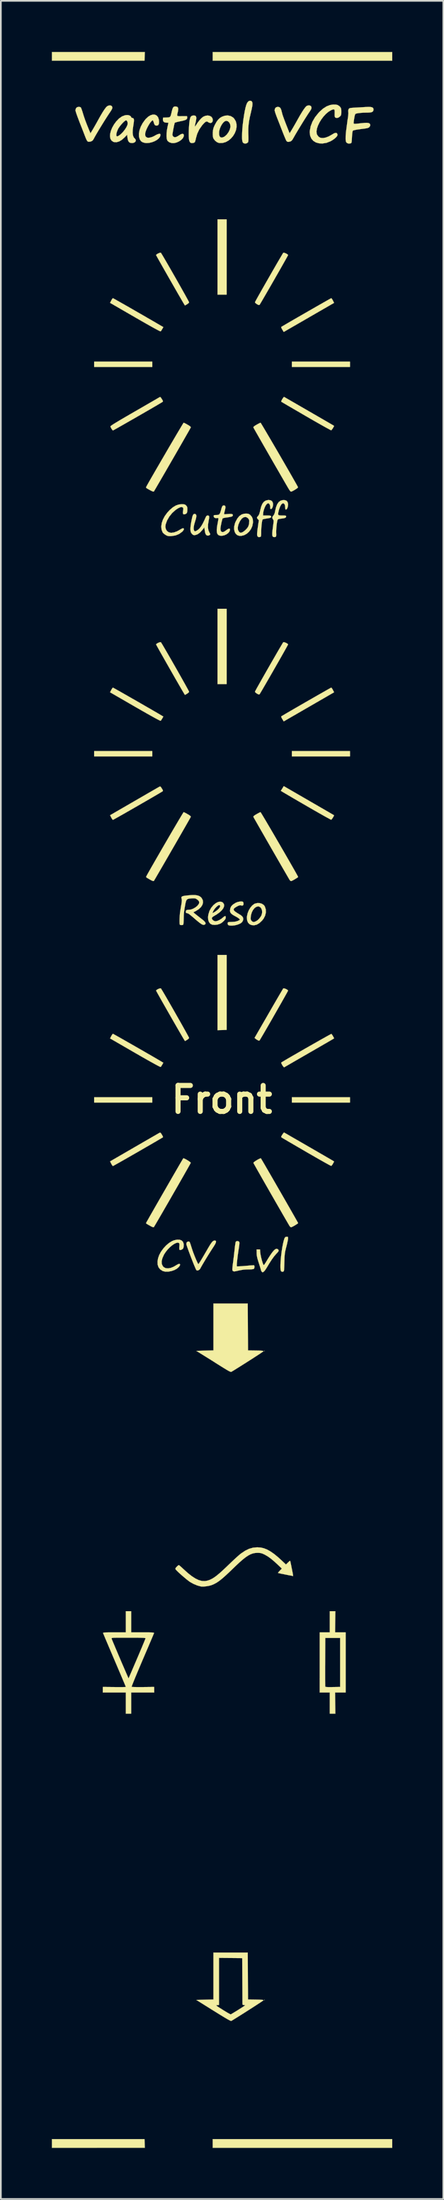
<source format=kicad_pcb>
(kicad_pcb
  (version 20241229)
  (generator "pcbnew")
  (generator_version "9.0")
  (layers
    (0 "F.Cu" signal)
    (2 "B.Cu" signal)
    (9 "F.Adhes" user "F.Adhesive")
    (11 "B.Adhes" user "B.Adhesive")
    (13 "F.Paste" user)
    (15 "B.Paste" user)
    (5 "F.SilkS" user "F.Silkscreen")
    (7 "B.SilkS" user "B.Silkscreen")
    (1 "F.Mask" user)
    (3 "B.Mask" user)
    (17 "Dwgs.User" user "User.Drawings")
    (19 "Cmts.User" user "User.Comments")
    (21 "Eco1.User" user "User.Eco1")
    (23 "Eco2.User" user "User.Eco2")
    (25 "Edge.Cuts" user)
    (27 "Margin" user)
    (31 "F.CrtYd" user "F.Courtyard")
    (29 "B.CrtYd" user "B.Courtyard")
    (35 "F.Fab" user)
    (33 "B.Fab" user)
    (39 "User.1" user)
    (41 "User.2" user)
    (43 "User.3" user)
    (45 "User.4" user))
  (footprint "Front"
    (layer "F.Cu")
    (at 9.996 61.501)
    (property "Reference" "Front" (at 0 0 0) (layer "F.SilkS") (effects (font (size 1.524 1.524) (thickness 0.3))))
    (attr through_hole)
    (fp_poly (pts (xy -4.092 -43.011) (xy -7.507 -43.011) (xy -7.507 -43.321) (xy -4.092 -43.321) (xy -4.092 -43.011)) (stroke (width 0.01) (type solid)) (fill yes) (layer "F.SilkS"))
    (fp_poly (pts (xy -4.092 -20.151) (xy -7.507 -20.151) (xy -7.507 -20.461) (xy -4.092 -20.461) (xy -4.092 -20.151)) (stroke (width 0.01) (type solid)) (fill yes) (layer "F.SilkS"))
    (fp_poly (pts (xy -4.092 0.169) (xy -7.507 0.169) (xy -7.507 -0.141) (xy -4.092 -0.141) (xy -4.092 0.169)) (stroke (width 0.01) (type solid)) (fill yes) (layer "F.SilkS"))
    (fp_poly (pts (xy 0.282 -47.258) (xy -0.254 -47.258) (xy -0.254 -51.675) (xy 0.282 -51.675) (xy 0.282 -47.258)) (stroke (width 0.01) (type solid)) (fill yes) (layer "F.SilkS"))
    (fp_poly (pts (xy 0.282 -24.398) (xy -0.254 -24.398) (xy -0.254 -28.815) (xy 0.282 -28.815) (xy 0.282 -24.398)) (stroke (width 0.01) (type solid)) (fill yes) (layer "F.SilkS"))
    (fp_poly (pts (xy 0.282 -4.096) (xy -0.254 -4.078) (xy -0.254 -8.495) (xy 0.282 -8.495) (xy 0.282 -4.096)) (stroke (width 0.01) (type solid)) (fill yes) (layer "F.SilkS"))
    (fp_poly (pts (xy 2.512 14.746) (xy 2.498 14.76) (xy 2.484 14.746) (xy 2.498 14.732) (xy 2.512 14.746)) (stroke (width 0.01) (type solid)) (fill yes) (layer "F.SilkS"))
    (fp_poly (pts (xy 2.512 52.846) (xy 2.498 52.86) (xy 2.484 52.846) (xy 2.498 52.832) (xy 2.512 52.846)) (stroke (width 0.01) (type solid)) (fill yes) (layer "F.SilkS"))
    (fp_poly (pts (xy 7.535 -43.011) (xy 4.12 -43.011) (xy 4.12 -43.321) (xy 7.535 -43.321) (xy 7.535 -43.011)) (stroke (width 0.01) (type solid)) (fill yes) (layer "F.SilkS"))
    (fp_poly (pts (xy 7.535 -20.151) (xy 4.12 -20.151) (xy 4.12 -20.461) (xy 7.535 -20.461) (xy 7.535 -20.151)) (stroke (width 0.01) (type solid)) (fill yes) (layer "F.SilkS"))
    (fp_poly (pts (xy 7.535 0.169) (xy 4.12 0.169) (xy 4.12 -0.141) (xy 7.535 -0.141) (xy 7.535 0.169)) (stroke (width 0.01) (type solid)) (fill yes) (layer "F.SilkS"))
    (fp_poly (pts (xy 10.019 -60.988) (xy -0.536 -60.988) (xy -0.536 -61.496) (xy 10.019 -61.496) (xy 10.019 -60.988)) (stroke (width 0.01) (type solid)) (fill yes) (layer "F.SilkS"))
    (fp_poly (pts (xy 10.019 61.524) (xy -0.536 61.524) (xy -0.536 61.016) (xy 10.019 61.016) (xy 10.019 61.524)) (stroke (width 0.01) (type solid)) (fill yes) (layer "F.SilkS"))
    (fp_poly (pts (xy -4.539 -61.242) (xy -4.548 -60.988) (xy -9.991 -60.988) (xy -9.991 -61.496) (xy -4.53 -61.496) (xy -4.539 -61.242)) (stroke (width 0.01) (type solid)) (fill yes) (layer "F.SilkS"))
    (fp_poly (pts (xy -4.539 61.271) (xy -4.53 61.525) (xy -7.26 61.525) (xy -9.991 61.524) (xy -9.991 61.016) (xy -4.548 61.016) (xy -4.539 61.271)) (stroke (width 0.01) (type solid)) (fill yes) (layer "F.SilkS"))
    (fp_poly (pts (xy -6.378 -47.033) (xy -6.305 -46.993) (xy -6.192 -46.93) (xy -6.042 -46.846) (xy -5.861 -46.743) (xy -5.653 -46.625) (xy -5.421 -46.493) (xy -5.171 -46.349) (xy -4.906 -46.197) (xy -4.631 -46.039) (xy -4.349 -45.876) (xy -4.066 -45.713) (xy -3.786 -45.55) (xy -3.633 -45.461) (xy -3.441 -45.35) (xy -3.505 -45.237) (xy -3.55 -45.163) (xy -3.588 -45.11) (xy -3.598 -45.099) (xy -3.629 -45.108) (xy -3.707 -45.144) (xy -3.829 -45.208) (xy -3.995 -45.297) (xy -4.201 -45.412) (xy -4.447 -45.55) (xy -4.731 -45.712) (xy -5.051 -45.896) (xy -5.1 -45.924) (xy -6.572 -46.774) (xy -6.503 -46.91) (xy -6.46 -46.986) (xy -6.423 -47.035) (xy -6.406 -47.046) (xy -6.378 -47.033)) (stroke (width 0.01) (type solid)) (fill yes) (layer "F.SilkS"))
    (fp_poly (pts (xy -6.378 -3.853) (xy -6.307 -3.814) (xy -6.197 -3.753) (xy -6.055 -3.673) (xy -5.884 -3.576) (xy -5.691 -3.466) (xy -5.48 -3.346) (xy -5.257 -3.219) (xy -5.027 -3.087) (xy -4.795 -2.955) (xy -4.567 -2.824) (xy -4.347 -2.697) (xy -4.141 -2.579) (xy -3.955 -2.471) (xy -3.793 -2.377) (xy -3.661 -2.299) (xy -3.563 -2.241) (xy -3.534 -2.224) (xy -3.442 -2.168) (xy -3.505 -2.056) (xy -3.55 -1.983) (xy -3.587 -1.93) (xy -3.597 -1.92) (xy -3.628 -1.929) (xy -3.704 -1.965) (xy -3.823 -2.027) (xy -3.984 -2.114) (xy -4.182 -2.223) (xy -4.416 -2.355) (xy -4.683 -2.506) (xy -4.98 -2.677) (xy -5.099 -2.745) (xy -6.571 -3.595) (xy -6.503 -3.731) (xy -6.459 -3.806) (xy -6.422 -3.856) (xy -6.405 -3.866) (xy -6.378 -3.853)) (stroke (width 0.01) (type solid)) (fill yes) (layer "F.SilkS"))
    (fp_poly (pts (xy -6.378 -24.173) (xy -6.306 -24.134) (xy -6.197 -24.073) (xy -6.054 -23.993) (xy -5.883 -23.896) (xy -5.69 -23.786) (xy -5.479 -23.666) (xy -5.256 -23.538) (xy -5.025 -23.407) (xy -4.793 -23.274) (xy -4.565 -23.142) (xy -4.345 -23.016) (xy -4.138 -22.897) (xy -3.951 -22.788) (xy -3.788 -22.694) (xy -3.655 -22.616) (xy -3.557 -22.557) (xy -3.534 -22.544) (xy -3.442 -22.488) (xy -3.505 -22.376) (xy -3.55 -22.303) (xy -3.588 -22.25) (xy -3.598 -22.24) (xy -3.628 -22.248) (xy -3.705 -22.285) (xy -3.826 -22.347) (xy -3.989 -22.435) (xy -4.191 -22.547) (xy -4.431 -22.682) (xy -4.707 -22.839) (xy -5.015 -23.016) (xy -5.1 -23.064) (xy -6.572 -23.914) (xy -6.503 -24.05) (xy -6.459 -24.126) (xy -6.422 -24.175) (xy -6.405 -24.186) (xy -6.378 -24.173)) (stroke (width 0.01) (type solid)) (fill yes) (layer "F.SilkS"))
    (fp_poly (pts (xy 6.666 30.649) (xy 6.658 31.27) (xy 7.281 31.27) (xy 7.281 34.798) (xy 6.658 34.798) (xy 6.666 35.419) (xy 6.675 36.04) (xy 6.512 36.04) (xy 6.35 36.04) (xy 6.35 34.798) (xy 5.757 34.798) (xy 5.757 33.783) (xy 6.073 33.783) (xy 6.073 33.994) (xy 6.074 34.172) (xy 6.076 34.311) (xy 6.078 34.406) (xy 6.08 34.451) (xy 6.081 34.453) (xy 6.1 34.467) (xy 6.15 34.477) (xy 6.237 34.482) (xy 6.368 34.483) (xy 6.526 34.481) (xy 6.957 34.473) (xy 6.957 31.595) (xy 6.082 31.595) (xy 6.075 33.006) (xy 6.073 33.284) (xy 6.073 33.545) (xy 6.073 33.783) (xy 5.757 33.783) (xy 5.757 31.27) (xy 6.35 31.27) (xy 6.35 30.028) (xy 6.512 30.028) (xy 6.675 30.028) (xy 6.666 30.649)) (stroke (width 0.01) (type solid)) (fill yes) (layer "F.SilkS"))
    (fp_poly (pts (xy 6.462 -24.163) (xy 6.502 -24.104) (xy 6.531 -24.05) (xy 6.6 -23.914) (xy 5.212 -23.113) (xy 4.953 -22.964) (xy 4.707 -22.822) (xy 4.478 -22.689) (xy 4.271 -22.57) (xy 4.09 -22.466) (xy 3.941 -22.38) (xy 3.828 -22.314) (xy 3.757 -22.273) (xy 3.733 -22.259) (xy 3.642 -22.206) (xy 3.557 -22.341) (xy 3.514 -22.418) (xy 3.492 -22.475) (xy 3.492 -22.497) (xy 3.522 -22.516) (xy 3.596 -22.56) (xy 3.707 -22.626) (xy 3.851 -22.711) (xy 4.024 -22.811) (xy 4.218 -22.924) (xy 4.431 -23.046) (xy 4.655 -23.176) (xy 4.886 -23.309) (xy 5.119 -23.442) (xy 5.348 -23.574) (xy 5.569 -23.7) (xy 5.776 -23.818) (xy 5.964 -23.925) (xy 6.127 -24.017) (xy 6.261 -24.093) (xy 6.361 -24.148) (xy 6.42 -24.18) (xy 6.435 -24.186) (xy 6.462 -24.163)) (stroke (width 0.01) (type solid)) (fill yes) (layer "F.SilkS"))
    (fp_poly (pts (xy 6.462 -47.023) (xy 6.502 -46.964) (xy 6.531 -46.91) (xy 6.6 -46.773) (xy 5.212 -45.973) (xy 4.953 -45.823) (xy 4.707 -45.681) (xy 4.478 -45.549) (xy 4.271 -45.43) (xy 4.09 -45.326) (xy 3.941 -45.24) (xy 3.828 -45.174) (xy 3.757 -45.133) (xy 3.733 -45.119) (xy 3.642 -45.066) (xy 3.557 -45.201) (xy 3.514 -45.278) (xy 3.492 -45.335) (xy 3.492 -45.356) (xy 3.522 -45.376) (xy 3.595 -45.42) (xy 3.707 -45.485) (xy 3.851 -45.57) (xy 4.023 -45.67) (xy 4.218 -45.783) (xy 4.43 -45.905) (xy 4.654 -46.034) (xy 4.885 -46.167) (xy 5.118 -46.301) (xy 5.348 -46.432) (xy 5.569 -46.559) (xy 5.776 -46.677) (xy 5.964 -46.784) (xy 6.127 -46.876) (xy 6.262 -46.952) (xy 6.361 -47.007) (xy 6.421 -47.039) (xy 6.436 -47.046) (xy 6.462 -47.023)) (stroke (width 0.01) (type solid)) (fill yes) (layer "F.SilkS"))
    (fp_poly (pts (xy -3.607 1.944) (xy -3.571 1.984) (xy -3.528 2.051) (xy -3.485 2.127) (xy -3.463 2.184) (xy -3.464 2.205) (xy -3.494 2.225) (xy -3.567 2.269) (xy -3.679 2.335) (xy -3.823 2.42) (xy -3.996 2.52) (xy -4.19 2.633) (xy -4.403 2.755) (xy -4.627 2.885) (xy -4.858 3.018) (xy -5.091 3.152) (xy -5.32 3.283) (xy -5.541 3.409) (xy -5.748 3.527) (xy -5.936 3.634) (xy -6.099 3.726) (xy -6.233 3.801) (xy -6.332 3.856) (xy -6.391 3.888) (xy -6.405 3.895) (xy -6.433 3.872) (xy -6.473 3.812) (xy -6.503 3.759) (xy -6.572 3.623) (xy -5.158 2.806) (xy -4.898 2.656) (xy -4.651 2.513) (xy -4.422 2.381) (xy -4.215 2.262) (xy -4.035 2.158) (xy -3.887 2.073) (xy -3.775 2.008) (xy -3.703 1.967) (xy -3.678 1.953) (xy -3.639 1.936) (xy -3.607 1.944)) (stroke (width 0.01) (type solid)) (fill yes) (layer "F.SilkS"))
    (fp_poly (pts (xy 1.714 -58.63) (xy 1.763 -58.598) (xy 1.792 -58.542) (xy 1.801 -58.455) (xy 1.791 -58.331) (xy 1.76 -58.166) (xy 1.71 -57.953) (xy 1.71 -57.952) (xy 1.645 -57.674) (xy 1.599 -57.432) (xy 1.57 -57.208) (xy 1.557 -56.984) (xy 1.557 -56.743) (xy 1.56 -56.651) (xy 1.565 -56.481) (xy 1.565 -56.358) (xy 1.559 -56.274) (xy 1.548 -56.221) (xy 1.536 -56.196) (xy 1.466 -56.141) (xy 1.372 -56.124) (xy 1.302 -56.138) (xy 1.259 -56.163) (xy 1.227 -56.205) (xy 1.205 -56.271) (xy 1.193 -56.37) (xy 1.189 -56.507) (xy 1.192 -56.691) (xy 1.194 -56.769) (xy 1.207 -56.988) (xy 1.23 -57.232) (xy 1.261 -57.489) (xy 1.299 -57.745) (xy 1.34 -57.986) (xy 1.384 -58.198) (xy 1.429 -58.368) (xy 1.431 -58.375) (xy 1.489 -58.514) (xy 1.561 -58.603) (xy 1.644 -58.639) (xy 1.714 -58.63)) (stroke (width 0.01) (type solid)) (fill yes) (layer "F.SilkS"))
    (fp_poly (pts (xy 3.889 8.068) (xy 3.895 8.128) (xy 3.895 8.141) (xy 3.888 8.205) (xy 3.868 8.31) (xy 3.839 8.443) (xy 3.803 8.59) (xy 3.792 8.629) (xy 3.754 8.781) (xy 3.726 8.904) (xy 3.706 9.017) (xy 3.694 9.133) (xy 3.685 9.27) (xy 3.68 9.443) (xy 3.678 9.497) (xy 3.673 9.66) (xy 3.668 9.807) (xy 3.662 9.928) (xy 3.657 10.01) (xy 3.653 10.04) (xy 3.62 10.089) (xy 3.563 10.104) (xy 3.503 10.084) (xy 3.472 10.049) (xy 3.454 9.978) (xy 3.446 9.861) (xy 3.446 9.707) (xy 3.455 9.524) (xy 3.471 9.32) (xy 3.494 9.106) (xy 3.522 8.89) (xy 3.554 8.681) (xy 3.591 8.487) (xy 3.629 8.318) (xy 3.662 8.204) (xy 3.694 8.119) (xy 3.725 8.073) (xy 3.766 8.054) (xy 3.803 8.049) (xy 3.864 8.047) (xy 3.889 8.068)) (stroke (width 0.01) (type solid)) (fill yes) (layer "F.SilkS"))
    (fp_poly (pts (xy -3.608 -18.375) (xy -3.573 -18.335) (xy -3.529 -18.267) (xy -3.482 -18.19) (xy -3.464 -18.144) (xy -3.472 -18.116) (xy -3.492 -18.097) (xy -3.53 -18.073) (xy -3.61 -18.025) (xy -3.728 -17.955) (xy -3.878 -17.868) (xy -4.054 -17.765) (xy -4.252 -17.65) (xy -4.466 -17.527) (xy -4.692 -17.397) (xy -4.923 -17.264) (xy -5.154 -17.131) (xy -5.381 -17.001) (xy -5.598 -16.877) (xy -5.8 -16.762) (xy -5.981 -16.66) (xy -6.137 -16.572) (xy -6.262 -16.502) (xy -6.351 -16.453) (xy -6.399 -16.428) (xy -6.405 -16.425) (xy -6.433 -16.448) (xy -6.473 -16.508) (xy -6.502 -16.561) (xy -6.571 -16.697) (xy -5.158 -17.514) (xy -4.898 -17.664) (xy -4.651 -17.806) (xy -4.422 -17.939) (xy -4.215 -18.058) (xy -4.035 -18.162) (xy -3.887 -18.247) (xy -3.775 -18.311) (xy -3.704 -18.352) (xy -3.679 -18.366) (xy -3.639 -18.383) (xy -3.608 -18.375)) (stroke (width 0.01) (type solid)) (fill yes) (layer "F.SilkS"))
    (fp_poly (pts (xy 6.47 -3.831) (xy 6.512 -3.768) (xy 6.537 -3.725) (xy 6.603 -3.601) (xy 6.526 -3.553) (xy 6.484 -3.528) (xy 6.393 -3.475) (xy 6.254 -3.394) (xy 6.065 -3.285) (xy 5.828 -3.148) (xy 5.542 -2.983) (xy 5.207 -2.79) (xy 4.823 -2.569) (xy 4.391 -2.32) (xy 3.91 -2.042) (xy 3.663 -1.9) (xy 3.638 -1.916) (xy 3.596 -1.968) (xy 3.558 -2.024) (xy 3.516 -2.1) (xy 3.493 -2.157) (xy 3.494 -2.178) (xy 3.526 -2.2) (xy 3.602 -2.246) (xy 3.715 -2.313) (xy 3.861 -2.399) (xy 4.035 -2.5) (xy 4.231 -2.613) (xy 4.444 -2.735) (xy 4.668 -2.864) (xy 4.9 -2.997) (xy 5.133 -3.13) (xy 5.362 -3.26) (xy 5.583 -3.385) (xy 5.789 -3.502) (xy 5.976 -3.607) (xy 6.139 -3.698) (xy 6.272 -3.771) (xy 6.37 -3.824) (xy 6.427 -3.854) (xy 6.441 -3.86) (xy 6.47 -3.831)) (stroke (width 0.01) (type solid)) (fill yes) (layer "F.SilkS"))
    (fp_poly (pts (xy 1.523 11.966) (xy 1.538 14.718) (xy 1.999 14.726) (xy 2.179 14.73) (xy 2.308 14.735) (xy 2.393 14.743) (xy 2.437 14.754) (xy 2.448 14.767) (xy 2.448 14.768) (xy 2.423 14.788) (xy 2.357 14.834) (xy 2.255 14.902) (xy 2.124 14.988) (xy 1.969 15.088) (xy 1.798 15.199) (xy 1.615 15.315) (xy 1.428 15.435) (xy 1.242 15.552) (xy 1.064 15.665) (xy 0.899 15.767) (xy 0.755 15.857) (xy 0.636 15.929) (xy 0.561 15.974) (xy 0.531 15.977) (xy 0.478 15.96) (xy 0.397 15.92) (xy 0.281 15.854) (xy 0.125 15.759) (xy 0.123 15.758) (xy -0.022 15.668) (xy -0.162 15.58) (xy -0.285 15.503) (xy -0.378 15.444) (xy -0.409 15.424) (xy -0.478 15.38) (xy -0.585 15.313) (xy -0.718 15.229) (xy -0.869 15.136) (xy -1.023 15.04) (xy -1.496 14.746) (xy -0.494 14.718) (xy -0.494 11.966) (xy 1.523 11.966)) (stroke (width 0.01) (type solid)) (fill yes) (layer "F.SilkS"))
    (fp_poly (pts (xy 4.167 2.219) (xy 4.623 2.481) (xy 5.03 2.716) (xy 5.388 2.922) (xy 5.697 3.101) (xy 5.958 3.251) (xy 6.17 3.374) (xy 6.333 3.468) (xy 6.447 3.535) (xy 6.512 3.573) (xy 6.526 3.581) (xy 6.603 3.629) (xy 6.536 3.755) (xy 6.49 3.828) (xy 6.448 3.877) (xy 6.431 3.886) (xy 6.4 3.874) (xy 6.325 3.835) (xy 6.21 3.773) (xy 6.059 3.69) (xy 5.878 3.588) (xy 5.671 3.471) (xy 5.441 3.339) (xy 5.194 3.197) (xy 4.99 3.08) (xy 4.731 2.929) (xy 4.486 2.787) (xy 4.259 2.655) (xy 4.054 2.535) (xy 3.876 2.432) (xy 3.73 2.346) (xy 3.621 2.282) (xy 3.552 2.241) (xy 3.53 2.227) (xy 3.498 2.202) (xy 3.49 2.177) (xy 3.507 2.135) (xy 3.551 2.061) (xy 3.557 2.052) (xy 3.606 1.981) (xy 3.646 1.936) (xy 3.663 1.928) (xy 4.167 2.219)) (stroke (width 0.01) (type solid)) (fill yes) (layer "F.SilkS"))
    (fp_poly (pts (xy 3.762 -18.336) (xy 3.808 -18.309) (xy 3.899 -18.256) (xy 4.028 -18.181) (xy 4.192 -18.087) (xy 4.385 -17.975) (xy 4.602 -17.85) (xy 4.838 -17.714) (xy 5.089 -17.569) (xy 5.235 -17.484) (xy 5.488 -17.338) (xy 5.725 -17.201) (xy 5.943 -17.075) (xy 6.137 -16.963) (xy 6.303 -16.867) (xy 6.436 -16.79) (xy 6.531 -16.734) (xy 6.586 -16.703) (xy 6.596 -16.696) (xy 6.591 -16.667) (xy 6.562 -16.61) (xy 6.52 -16.541) (xy 6.477 -16.479) (xy 6.441 -16.44) (xy 6.431 -16.434) (xy 6.4 -16.446) (xy 6.325 -16.485) (xy 6.21 -16.547) (xy 6.059 -16.63) (xy 5.878 -16.732) (xy 5.671 -16.849) (xy 5.441 -16.98) (xy 5.194 -17.122) (xy 4.993 -17.238) (xy 4.735 -17.388) (xy 4.489 -17.53) (xy 4.262 -17.662) (xy 4.057 -17.782) (xy 3.88 -17.886) (xy 3.734 -17.971) (xy 3.624 -18.036) (xy 3.555 -18.077) (xy 3.533 -18.09) (xy 3.472 -18.133) (xy 3.558 -18.269) (xy 3.643 -18.405) (xy 3.762 -18.336)) (stroke (width 0.01) (type solid)) (fill yes) (layer "F.SilkS"))
    (fp_poly (pts (xy -3.587 -49.713) (xy -3.563 -49.679) (xy -3.515 -49.601) (xy -3.446 -49.486) (xy -3.359 -49.339) (xy -3.257 -49.164) (xy -3.143 -48.967) (xy -3.02 -48.754) (xy -2.891 -48.529) (xy -2.759 -48.298) (xy -2.626 -48.066) (xy -2.497 -47.838) (xy -2.374 -47.62) (xy -2.26 -47.417) (xy -2.157 -47.234) (xy -2.07 -47.076) (xy -2 -46.949) (xy -1.952 -46.857) (xy -1.927 -46.807) (xy -1.925 -46.8) (xy -1.953 -46.762) (xy -2.013 -46.713) (xy -2.051 -46.689) (xy -2.169 -46.62) (xy -2.21 -46.685) (xy -2.248 -46.747) (xy -2.308 -46.848) (xy -2.387 -46.984) (xy -2.483 -47.149) (xy -2.592 -47.337) (xy -2.711 -47.545) (xy -2.838 -47.765) (xy -2.969 -47.994) (xy -3.102 -48.226) (xy -3.233 -48.455) (xy -3.36 -48.677) (xy -3.479 -48.886) (xy -3.587 -49.077) (xy -3.682 -49.245) (xy -3.761 -49.384) (xy -3.819 -49.49) (xy -3.856 -49.556) (xy -3.866 -49.578) (xy -3.843 -49.611) (xy -3.786 -49.65) (xy -3.712 -49.687) (xy -3.642 -49.712) (xy -3.594 -49.717) (xy -3.587 -49.713)) (stroke (width 0.01) (type solid)) (fill yes) (layer "F.SilkS"))
    (fp_poly (pts (xy -3.586 -26.852) (xy -3.562 -26.818) (xy -3.514 -26.741) (xy -3.446 -26.626) (xy -3.359 -26.478) (xy -3.257 -26.304) (xy -3.143 -26.107) (xy -3.02 -25.894) (xy -2.891 -25.669) (xy -2.759 -25.438) (xy -2.626 -25.206) (xy -2.497 -24.978) (xy -2.374 -24.76) (xy -2.26 -24.557) (xy -2.157 -24.374) (xy -2.07 -24.216) (xy -2 -24.089) (xy -1.952 -23.998) (xy -1.927 -23.947) (xy -1.925 -23.94) (xy -1.953 -23.902) (xy -2.013 -23.853) (xy -2.051 -23.829) (xy -2.169 -23.76) (xy -2.21 -23.825) (xy -2.249 -23.889) (xy -2.311 -23.993) (xy -2.391 -24.13) (xy -2.488 -24.297) (xy -2.597 -24.487) (xy -2.718 -24.695) (xy -2.845 -24.917) (xy -2.976 -25.146) (xy -3.109 -25.379) (xy -3.24 -25.608) (xy -3.366 -25.83) (xy -3.485 -26.039) (xy -3.593 -26.229) (xy -3.687 -26.396) (xy -3.764 -26.534) (xy -3.822 -26.638) (xy -3.857 -26.703) (xy -3.866 -26.723) (xy -3.843 -26.756) (xy -3.784 -26.794) (xy -3.711 -26.83) (xy -3.64 -26.853) (xy -3.592 -26.856) (xy -3.586 -26.852)) (stroke (width 0.01) (type solid)) (fill yes) (layer "F.SilkS"))
    (fp_poly (pts (xy 3.69 -41.235) (xy 3.762 -41.194) (xy 3.874 -41.129) (xy 4.023 -41.043) (xy 4.203 -40.94) (xy 4.41 -40.82) (xy 4.64 -40.687) (xy 4.888 -40.544) (xy 5.136 -40.401) (xy 5.398 -40.25) (xy 5.645 -40.107) (xy 5.873 -39.976) (xy 6.077 -39.858) (xy 6.253 -39.756) (xy 6.398 -39.672) (xy 6.506 -39.609) (xy 6.574 -39.57) (xy 6.596 -39.556) (xy 6.591 -39.527) (xy 6.562 -39.47) (xy 6.52 -39.401) (xy 6.476 -39.339) (xy 6.441 -39.299) (xy 6.431 -39.293) (xy 6.4 -39.306) (xy 6.325 -39.345) (xy 6.21 -39.407) (xy 6.059 -39.49) (xy 5.877 -39.592) (xy 5.669 -39.71) (xy 5.438 -39.841) (xy 5.189 -39.984) (xy 4.953 -40.12) (xy 4.692 -40.272) (xy 4.446 -40.415) (xy 4.218 -40.547) (xy 4.014 -40.666) (xy 3.837 -40.769) (xy 3.693 -40.854) (xy 3.584 -40.918) (xy 3.517 -40.959) (xy 3.494 -40.973) (xy 3.496 -41.005) (xy 3.523 -41.064) (xy 3.562 -41.134) (xy 3.606 -41.199) (xy 3.643 -41.243) (xy 3.663 -41.251) (xy 3.69 -41.235)) (stroke (width 0.01) (type solid)) (fill yes) (layer "F.SilkS"))
    (fp_poly (pts (xy -3.586 -6.532) (xy -3.562 -6.498) (xy -3.514 -6.42) (xy -3.445 -6.305) (xy -3.358 -6.158) (xy -3.256 -5.983) (xy -3.142 -5.786) (xy -3.019 -5.573) (xy -2.89 -5.348) (xy -2.758 -5.117) (xy -2.626 -4.885) (xy -2.496 -4.658) (xy -2.373 -4.44) (xy -2.259 -4.237) (xy -2.157 -4.054) (xy -2.069 -3.896) (xy -2 -3.769) (xy -1.952 -3.678) (xy -1.927 -3.628) (xy -1.925 -3.62) (xy -1.953 -3.582) (xy -2.013 -3.533) (xy -2.049 -3.51) (xy -2.166 -3.442) (xy -2.207 -3.506) (xy -2.242 -3.562) (xy -2.299 -3.658) (xy -2.376 -3.789) (xy -2.469 -3.95) (xy -2.577 -4.136) (xy -2.695 -4.341) (xy -2.822 -4.56) (xy -2.953 -4.788) (xy -3.085 -5.02) (xy -3.217 -5.25) (xy -3.344 -5.473) (xy -3.465 -5.684) (xy -3.575 -5.878) (xy -3.671 -6.049) (xy -3.752 -6.193) (xy -3.813 -6.303) (xy -3.853 -6.375) (xy -3.866 -6.403) (xy -3.866 -6.404) (xy -3.843 -6.436) (xy -3.785 -6.474) (xy -3.711 -6.51) (xy -3.64 -6.533) (xy -3.593 -6.536) (xy -3.586 -6.532)) (stroke (width 0.01) (type solid)) (fill yes) (layer "F.SilkS"))
    (fp_poly (pts (xy 3.306 8.786) (xy 3.333 8.827) (xy 3.34 8.868) (xy 3.323 8.912) (xy 3.274 8.972) (xy 3.218 9.03) (xy 3.086 9.181) (xy 2.938 9.382) (xy 2.78 9.628) (xy 2.669 9.814) (xy 2.574 9.966) (xy 2.493 10.07) (xy 2.425 10.124) (xy 2.396 10.132) (xy 2.365 10.113) (xy 2.34 10.087) (xy 2.307 10.027) (xy 2.299 9.995) (xy 2.289 9.952) (xy 2.264 9.867) (xy 2.228 9.751) (xy 2.185 9.616) (xy 2.173 9.581) (xy 2.119 9.41) (xy 2.082 9.276) (xy 2.061 9.164) (xy 2.05 9.06) (xy 2.049 9.003) (xy 2.046 8.791) (xy 2.244 8.791) (xy 2.261 8.99) (xy 2.277 9.097) (xy 2.303 9.227) (xy 2.337 9.368) (xy 2.375 9.502) (xy 2.412 9.615) (xy 2.444 9.691) (xy 2.45 9.702) (xy 2.474 9.703) (xy 2.516 9.657) (xy 2.578 9.562) (xy 2.596 9.533) (xy 2.741 9.295) (xy 2.864 9.105) (xy 2.968 8.959) (xy 3.056 8.855) (xy 3.13 8.789) (xy 3.194 8.757) (xy 3.234 8.754) (xy 3.306 8.786)) (stroke (width 0.01) (type solid)) (fill yes) (layer "F.SilkS"))
    (fp_poly (pts (xy 3.718 -49.696) (xy 3.792 -49.662) (xy 3.856 -49.623) (xy 3.892 -49.587) (xy 3.895 -49.578) (xy 3.881 -49.55) (xy 3.842 -49.477) (xy 3.781 -49.367) (xy 3.7 -49.223) (xy 3.603 -49.052) (xy 3.493 -48.858) (xy 3.372 -48.646) (xy 3.244 -48.423) (xy 3.112 -48.192) (xy 2.979 -47.96) (xy 2.847 -47.731) (xy 2.72 -47.512) (xy 2.601 -47.306) (xy 2.492 -47.119) (xy 2.398 -46.957) (xy 2.32 -46.825) (xy 2.262 -46.728) (xy 2.227 -46.671) (xy 2.218 -46.659) (xy 2.187 -46.644) (xy 2.135 -46.659) (xy 2.067 -46.696) (xy 1.997 -46.745) (xy 1.954 -46.789) (xy 1.947 -46.806) (xy 1.961 -46.835) (xy 2 -46.909) (xy 2.061 -47.02) (xy 2.142 -47.165) (xy 2.239 -47.337) (xy 2.349 -47.531) (xy 2.47 -47.743) (xy 2.598 -47.967) (xy 2.73 -48.197) (xy 2.863 -48.429) (xy 2.994 -48.657) (xy 3.121 -48.876) (xy 3.239 -49.081) (xy 3.347 -49.265) (xy 3.441 -49.425) (xy 3.518 -49.555) (xy 3.574 -49.65) (xy 3.608 -49.703) (xy 3.616 -49.713) (xy 3.653 -49.716) (xy 3.718 -49.696)) (stroke (width 0.01) (type solid)) (fill yes) (layer "F.SilkS"))
    (fp_poly (pts (xy 3.719 -6.517) (xy 3.794 -6.485) (xy 3.858 -6.446) (xy 3.893 -6.411) (xy 3.895 -6.404) (xy 3.881 -6.374) (xy 3.842 -6.302) (xy 3.781 -6.191) (xy 3.7 -6.047) (xy 3.603 -5.875) (xy 3.493 -5.68) (xy 3.372 -5.469) (xy 3.244 -5.245) (xy 3.112 -5.014) (xy 2.979 -4.781) (xy 2.847 -4.552) (xy 2.72 -4.332) (xy 2.601 -4.126) (xy 2.492 -3.939) (xy 2.397 -3.777) (xy 2.319 -3.645) (xy 2.261 -3.547) (xy 2.225 -3.49) (xy 2.217 -3.478) (xy 2.187 -3.464) (xy 2.14 -3.477) (xy 2.062 -3.521) (xy 2.05 -3.528) (xy 1.98 -3.577) (xy 1.936 -3.617) (xy 1.929 -3.634) (xy 1.945 -3.662) (xy 1.987 -3.734) (xy 2.052 -3.846) (xy 2.137 -3.994) (xy 2.241 -4.173) (xy 2.36 -4.38) (xy 2.493 -4.609) (xy 2.636 -4.856) (xy 2.765 -5.08) (xy 2.915 -5.34) (xy 3.058 -5.586) (xy 3.189 -5.812) (xy 3.308 -6.016) (xy 3.411 -6.192) (xy 3.496 -6.336) (xy 3.56 -6.444) (xy 3.6 -6.511) (xy 3.614 -6.532) (xy 3.653 -6.536) (xy 3.719 -6.517)) (stroke (width 0.01) (type solid)) (fill yes) (layer "F.SilkS"))
    (fp_poly (pts (xy 3.719 -26.837) (xy 3.794 -26.804) (xy 3.858 -26.766) (xy 3.893 -26.731) (xy 3.895 -26.723) (xy 3.881 -26.694) (xy 3.842 -26.621) (xy 3.781 -26.51) (xy 3.7 -26.366) (xy 3.603 -26.194) (xy 3.493 -26) (xy 3.372 -25.788) (xy 3.244 -25.564) (xy 3.112 -25.333) (xy 2.979 -25.101) (xy 2.847 -24.872) (xy 2.72 -24.652) (xy 2.601 -24.446) (xy 2.492 -24.259) (xy 2.398 -24.097) (xy 2.32 -23.965) (xy 2.262 -23.868) (xy 2.226 -23.811) (xy 2.218 -23.799) (xy 2.187 -23.784) (xy 2.135 -23.799) (xy 2.067 -23.836) (xy 1.997 -23.885) (xy 1.954 -23.929) (xy 1.947 -23.946) (xy 1.961 -23.975) (xy 2 -24.048) (xy 2.061 -24.16) (xy 2.142 -24.304) (xy 2.239 -24.476) (xy 2.349 -24.671) (xy 2.47 -24.883) (xy 2.597 -25.106) (xy 2.729 -25.337) (xy 2.862 -25.569) (xy 2.994 -25.797) (xy 3.12 -26.015) (xy 3.238 -26.22) (xy 3.346 -26.405) (xy 3.44 -26.565) (xy 3.517 -26.694) (xy 3.573 -26.789) (xy 3.607 -26.842) (xy 3.614 -26.852) (xy 3.653 -26.856) (xy 3.719 -26.837)) (stroke (width 0.01) (type solid)) (fill yes) (layer "F.SilkS"))
    (fp_poly (pts (xy -3.61 -41.239) (xy -3.576 -41.199) (xy -3.53 -41.129) (xy -3.483 -41.051) (xy -3.464 -41.005) (xy -3.471 -40.977) (xy -3.493 -40.956) (xy -3.531 -40.932) (xy -3.611 -40.884) (xy -3.728 -40.815) (xy -3.877 -40.727) (xy -4.053 -40.625) (xy -4.251 -40.51) (xy -4.465 -40.387) (xy -4.69 -40.257) (xy -4.921 -40.124) (xy -5.152 -39.991) (xy -5.379 -39.862) (xy -5.596 -39.738) (xy -5.797 -39.623) (xy -5.979 -39.52) (xy -6.134 -39.432) (xy -6.259 -39.362) (xy -6.348 -39.313) (xy -6.396 -39.288) (xy -6.402 -39.285) (xy -6.433 -39.307) (xy -6.474 -39.362) (xy -6.483 -39.377) (xy -6.523 -39.45) (xy -6.551 -39.508) (xy -6.553 -39.513) (xy -6.547 -39.529) (xy -6.516 -39.556) (xy -6.46 -39.597) (xy -6.374 -39.654) (xy -6.256 -39.727) (xy -6.103 -39.82) (xy -5.912 -39.933) (xy -5.679 -40.069) (xy -5.403 -40.229) (xy -5.155 -40.372) (xy -4.894 -40.522) (xy -4.647 -40.664) (xy -4.418 -40.797) (xy -4.212 -40.916) (xy -4.032 -41.02) (xy -3.884 -41.105) (xy -3.773 -41.17) (xy -3.702 -41.212) (xy -3.677 -41.226) (xy -3.64 -41.245) (xy -3.61 -41.239)) (stroke (width 0.01) (type solid)) (fill yes) (layer "F.SilkS"))
    (fp_poly (pts (xy 2.232 -11.538) (xy 2.366 -11.495) (xy 2.474 -11.418) (xy 2.526 -11.345) (xy 2.583 -11.175) (xy 2.59 -10.993) (xy 2.548 -10.809) (xy 2.458 -10.631) (xy 2.366 -10.513) (xy 2.211 -10.368) (xy 2.058 -10.276) (xy 1.905 -10.237) (xy 1.755 -10.247) (xy 1.631 -10.299) (xy 1.541 -10.393) (xy 1.488 -10.526) (xy 1.479 -10.635) (xy 1.694 -10.635) (xy 1.701 -10.572) (xy 1.723 -10.527) (xy 1.761 -10.485) (xy 1.816 -10.44) (xy 1.872 -10.427) (xy 1.944 -10.445) (xy 2.035 -10.487) (xy 2.119 -10.547) (xy 2.208 -10.64) (xy 2.287 -10.745) (xy 2.332 -10.827) (xy 2.368 -10.962) (xy 2.367 -11.091) (xy 2.333 -11.203) (xy 2.271 -11.289) (xy 2.185 -11.338) (xy 2.13 -11.345) (xy 2.023 -11.319) (xy 1.922 -11.245) (xy 1.832 -11.133) (xy 1.76 -10.991) (xy 1.713 -10.83) (xy 1.7 -10.734) (xy 1.694 -10.635) (xy 1.479 -10.635) (xy 1.473 -10.693) (xy 1.478 -10.762) (xy 1.515 -10.938) (xy 1.584 -11.112) (xy 1.678 -11.27) (xy 1.788 -11.4) (xy 1.908 -11.49) (xy 1.939 -11.505) (xy 2.086 -11.542) (xy 2.232 -11.538)) (stroke (width 0.01) (type solid)) (fill yes) (layer "F.SilkS"))
    (fp_poly (pts (xy 1.522 -34.398) (xy 1.592 -34.378) (xy 1.658 -34.333) (xy 1.677 -34.317) (xy 1.767 -34.21) (xy 1.818 -34.081) (xy 1.831 -33.92) (xy 1.828 -33.855) (xy 1.789 -33.665) (xy 1.711 -33.491) (xy 1.599 -33.34) (xy 1.463 -33.219) (xy 1.308 -33.135) (xy 1.144 -33.096) (xy 1.018 -33.1) (xy 0.9 -33.143) (xy 0.81 -33.229) (xy 0.75 -33.348) (xy 0.722 -33.494) (xy 0.726 -33.587) (xy 0.936 -33.587) (xy 0.947 -33.451) (xy 1.004 -33.344) (xy 1.017 -33.33) (xy 1.068 -33.287) (xy 1.116 -33.277) (xy 1.187 -33.297) (xy 1.196 -33.301) (xy 1.283 -33.351) (xy 1.381 -33.433) (xy 1.474 -33.529) (xy 1.543 -33.624) (xy 1.553 -33.642) (xy 1.604 -33.8) (xy 1.613 -33.99) (xy 1.613 -33.997) (xy 1.582 -34.079) (xy 1.515 -34.152) (xy 1.429 -34.198) (xy 1.382 -34.205) (xy 1.273 -34.182) (xy 1.173 -34.108) (xy 1.08 -33.982) (xy 1.05 -33.93) (xy 0.97 -33.748) (xy 0.936 -33.587) (xy 0.726 -33.587) (xy 0.729 -33.658) (xy 0.772 -33.833) (xy 0.812 -33.932) (xy 0.917 -34.122) (xy 1.031 -34.26) (xy 1.161 -34.349) (xy 1.311 -34.395) (xy 1.421 -34.403) (xy 1.522 -34.398)) (stroke (width 0.01) (type solid)) (fill yes) (layer "F.SilkS"))
    (fp_poly (pts (xy -0.708 -57.749) (xy -0.613 -57.693) (xy -0.551 -57.607) (xy -0.531 -57.504) (xy -0.551 -57.406) (xy -0.605 -57.347) (xy -0.683 -57.331) (xy -0.774 -57.361) (xy -0.826 -57.398) (xy -0.878 -57.422) (xy -0.94 -57.407) (xy -1.018 -57.349) (xy -1.115 -57.246) (xy -1.159 -57.194) (xy -1.329 -56.952) (xy -1.449 -56.697) (xy -1.512 -56.479) (xy -1.538 -56.369) (xy -1.562 -56.277) (xy -1.581 -56.22) (xy -1.583 -56.215) (xy -1.631 -56.176) (xy -1.71 -56.155) (xy -1.796 -56.157) (xy -1.83 -56.166) (xy -1.881 -56.213) (xy -1.919 -56.305) (xy -1.92 -56.305) (xy -1.933 -56.393) (xy -1.942 -56.525) (xy -1.944 -56.689) (xy -1.942 -56.872) (xy -1.934 -57.062) (xy -1.921 -57.246) (xy -1.905 -57.401) (xy -1.88 -57.556) (xy -1.847 -57.663) (xy -1.8 -57.729) (xy -1.734 -57.762) (xy -1.651 -57.771) (xy -1.577 -57.762) (xy -1.528 -57.73) (xy -1.505 -57.669) (xy -1.505 -57.573) (xy -1.527 -57.435) (xy -1.563 -57.284) (xy -1.584 -57.182) (xy -1.585 -57.132) (xy -1.566 -57.134) (xy -1.526 -57.189) (xy -1.511 -57.214) (xy -1.419 -57.355) (xy -1.314 -57.49) (xy -1.208 -57.605) (xy -1.111 -57.686) (xy -1.09 -57.7) (xy -0.956 -57.756) (xy -0.825 -57.771) (xy -0.708 -57.749)) (stroke (width 0.01) (type solid)) (fill yes) (layer "F.SilkS"))
    (fp_poly (pts (xy 0.517 -57.738) (xy 0.657 -57.657) (xy 0.727 -57.587) (xy 0.819 -57.434) (xy 0.864 -57.265) (xy 0.866 -57.088) (xy 0.83 -56.907) (xy 0.76 -56.732) (xy 0.66 -56.567) (xy 0.534 -56.421) (xy 0.388 -56.3) (xy 0.225 -56.211) (xy 0.05 -56.161) (xy -0.133 -56.156) (xy -0.178 -56.163) (xy -0.289 -56.207) (xy -0.394 -56.29) (xy -0.478 -56.396) (xy -0.511 -56.467) (xy -0.526 -56.549) (xy -0.533 -56.665) (xy -0.53 -56.786) (xy -0.529 -56.795) (xy -0.163 -56.795) (xy -0.16 -56.645) (xy -0.128 -56.541) (xy -0.068 -56.483) (xy 0.017 -56.474) (xy 0.125 -56.516) (xy 0.173 -56.545) (xy 0.292 -56.653) (xy 0.393 -56.792) (xy 0.468 -56.945) (xy 0.505 -57.094) (xy 0.507 -57.13) (xy 0.489 -57.255) (xy 0.436 -57.36) (xy 0.358 -57.432) (xy 0.263 -57.46) (xy 0.258 -57.46) (xy 0.177 -57.434) (xy 0.092 -57.364) (xy 0.009 -57.259) (xy -0.064 -57.13) (xy -0.122 -56.987) (xy -0.157 -56.843) (xy -0.163 -56.795) (xy -0.529 -56.795) (xy -0.517 -56.922) (xy -0.492 -57.033) (xy -0.446 -57.149) (xy -0.415 -57.213) (xy -0.317 -57.391) (xy -0.22 -57.524) (xy -0.116 -57.623) (xy 0.005 -57.698) (xy 0.182 -57.76) (xy 0.355 -57.773) (xy 0.517 -57.738)) (stroke (width 0.01) (type solid)) (fill yes) (layer "F.SilkS"))
    (fp_poly (pts (xy 0.954 8.304) (xy 1.014 8.338) (xy 1.016 8.34) (xy 1.029 8.368) (xy 1.034 8.417) (xy 1.029 8.496) (xy 1.014 8.612) (xy 0.992 8.756) (xy 0.96 8.968) (xy 0.932 9.171) (xy 0.909 9.358) (xy 0.892 9.519) (xy 0.881 9.649) (xy 0.878 9.739) (xy 0.882 9.781) (xy 0.884 9.783) (xy 0.917 9.787) (xy 0.997 9.785) (xy 1.114 9.779) (xy 1.258 9.768) (xy 1.388 9.757) (xy 1.548 9.743) (xy 1.688 9.732) (xy 1.799 9.725) (xy 1.872 9.723) (xy 1.896 9.725) (xy 1.915 9.765) (xy 1.917 9.832) (xy 1.904 9.898) (xy 1.885 9.929) (xy 1.837 9.946) (xy 1.737 9.958) (xy 1.59 9.963) (xy 1.568 9.963) (xy 1.417 9.967) (xy 1.277 9.978) (xy 1.129 10.001) (xy 0.957 10.037) (xy 0.812 10.071) (xy 0.72 10.083) (xy 0.661 10.063) (xy 0.64 10.045) (xy 0.626 10.021) (xy 0.619 9.983) (xy 0.619 9.923) (xy 0.627 9.833) (xy 0.641 9.707) (xy 0.663 9.535) (xy 0.674 9.454) (xy 0.697 9.269) (xy 0.721 9.07) (xy 0.743 8.879) (xy 0.761 8.719) (xy 0.763 8.692) (xy 0.779 8.56) (xy 0.796 8.448) (xy 0.812 8.367) (xy 0.825 8.333) (xy 0.882 8.302) (xy 0.954 8.304)) (stroke (width 0.01) (type solid)) (fill yes) (layer "F.SilkS"))
    (fp_poly (pts (xy -2.234 3.446) (xy -2.169 3.474) (xy -2.085 3.519) (xy -1.995 3.572) (xy -1.914 3.626) (xy -1.853 3.673) (xy -1.828 3.705) (xy -1.828 3.708) (xy -1.843 3.737) (xy -1.884 3.811) (xy -1.947 3.925) (xy -2.031 4.073) (xy -2.133 4.252) (xy -2.249 4.457) (xy -2.379 4.683) (xy -2.517 4.925) (xy -2.663 5.18) (xy -2.814 5.441) (xy -2.966 5.706) (xy -3.117 5.968) (xy -3.265 6.224) (xy -3.407 6.469) (xy -3.539 6.698) (xy -3.661 6.907) (xy -3.768 7.091) (xy -3.858 7.245) (xy -3.929 7.365) (xy -3.978 7.446) (xy -4.002 7.484) (xy -4.004 7.486) (xy -4.039 7.487) (xy -4.105 7.463) (xy -4.151 7.441) (xy -4.289 7.365) (xy -4.383 7.31) (xy -4.438 7.273) (xy -4.458 7.25) (xy -4.459 7.246) (xy -4.445 7.22) (xy -4.406 7.149) (xy -4.343 7.039) (xy -4.261 6.893) (xy -4.16 6.717) (xy -4.044 6.514) (xy -3.916 6.29) (xy -3.778 6.049) (xy -3.632 5.796) (xy -3.482 5.535) (xy -3.329 5.271) (xy -3.178 5.008) (xy -3.029 4.751) (xy -2.887 4.504) (xy -2.752 4.272) (xy -2.629 4.059) (xy -2.52 3.871) (xy -2.427 3.711) (xy -2.352 3.585) (xy -2.3 3.496) (xy -2.271 3.449) (xy -2.267 3.443) (xy -2.234 3.446)) (stroke (width 0.01) (type solid)) (fill yes) (layer "F.SilkS"))
    (fp_poly (pts (xy -2.21 -16.864) (xy -2.139 -16.829) (xy -2.046 -16.778) (xy -2.015 -16.76) (xy -1.909 -16.696) (xy -1.849 -16.65) (xy -1.827 -16.615) (xy -1.828 -16.598) (xy -1.845 -16.566) (xy -1.888 -16.49) (xy -1.953 -16.374) (xy -2.039 -16.224) (xy -2.142 -16.044) (xy -2.26 -15.838) (xy -2.39 -15.612) (xy -2.53 -15.369) (xy -2.676 -15.115) (xy -2.827 -14.854) (xy -2.98 -14.59) (xy -3.131 -14.328) (xy -3.278 -14.074) (xy -3.419 -13.831) (xy -3.551 -13.603) (xy -3.671 -13.397) (xy -3.777 -13.216) (xy -3.865 -13.064) (xy -3.934 -12.947) (xy -3.981 -12.87) (xy -4.002 -12.836) (xy -4.003 -12.835) (xy -4.038 -12.834) (xy -4.105 -12.857) (xy -4.151 -12.879) (xy -4.283 -12.952) (xy -4.372 -13.004) (xy -4.425 -13.041) (xy -4.449 -13.067) (xy -4.452 -13.086) (xy -4.436 -13.119) (xy -4.395 -13.196) (xy -4.33 -13.312) (xy -4.245 -13.462) (xy -4.143 -13.642) (xy -4.025 -13.847) (xy -3.895 -14.073) (xy -3.755 -14.315) (xy -3.608 -14.569) (xy -3.457 -14.83) (xy -3.303 -15.094) (xy -3.151 -15.355) (xy -3.002 -15.611) (xy -2.859 -15.855) (xy -2.724 -16.083) (xy -2.601 -16.292) (xy -2.492 -16.476) (xy -2.4 -16.63) (xy -2.327 -16.751) (xy -2.276 -16.834) (xy -2.249 -16.874) (xy -2.246 -16.877) (xy -2.21 -16.864)) (stroke (width 0.01) (type solid)) (fill yes) (layer "F.SilkS"))
    (fp_poly (pts (xy 2.294 -39.713) (xy 2.336 -39.645) (xy 2.401 -39.537) (xy 2.487 -39.394) (xy 2.59 -39.22) (xy 2.708 -39.019) (xy 2.839 -38.797) (xy 2.979 -38.558) (xy 3.126 -38.307) (xy 3.278 -38.047) (xy 3.431 -37.783) (xy 3.583 -37.521) (xy 3.732 -37.264) (xy 3.875 -37.017) (xy 4.009 -36.785) (xy 4.131 -36.572) (xy 4.239 -36.382) (xy 4.331 -36.221) (xy 4.403 -36.093) (xy 4.453 -36.002) (xy 4.478 -35.952) (xy 4.481 -35.946) (xy 4.462 -35.919) (xy 4.406 -35.874) (xy 4.326 -35.82) (xy 4.235 -35.766) (xy 4.147 -35.719) (xy 4.085 -35.693) (xy 4.057 -35.694) (xy 4.022 -35.724) (xy 3.975 -35.787) (xy 3.909 -35.892) (xy 3.884 -35.935) (xy 3.806 -36.068) (xy 3.71 -36.233) (xy 3.598 -36.427) (xy 3.473 -36.642) (xy 3.338 -36.877) (xy 3.195 -37.124) (xy 3.046 -37.381) (xy 2.896 -37.642) (xy 2.746 -37.903) (xy 2.599 -38.158) (xy 2.458 -38.403) (xy 2.326 -38.634) (xy 2.204 -38.846) (xy 2.097 -39.034) (xy 2.006 -39.193) (xy 1.934 -39.319) (xy 1.884 -39.408) (xy 1.859 -39.453) (xy 1.857 -39.458) (xy 1.862 -39.49) (xy 1.903 -39.53) (xy 1.987 -39.586) (xy 2.045 -39.62) (xy 2.143 -39.674) (xy 2.222 -39.714) (xy 2.27 -39.735) (xy 2.276 -39.737) (xy 2.294 -39.713)) (stroke (width 0.01) (type solid)) (fill yes) (layer "F.SilkS"))
    (fp_poly (pts (xy -2.21 -39.724) (xy -2.139 -39.689) (xy -2.046 -39.638) (xy -2.015 -39.62) (xy -1.909 -39.556) (xy -1.849 -39.51) (xy -1.827 -39.474) (xy -1.828 -39.458) (xy -1.845 -39.426) (xy -1.888 -39.349) (xy -1.953 -39.234) (xy -2.039 -39.084) (xy -2.142 -38.904) (xy -2.26 -38.698) (xy -2.39 -38.471) (xy -2.53 -38.229) (xy -2.676 -37.974) (xy -2.827 -37.713) (xy -2.98 -37.449) (xy -3.131 -37.188) (xy -3.278 -36.933) (xy -3.419 -36.69) (xy -3.551 -36.463) (xy -3.671 -36.257) (xy -3.777 -36.076) (xy -3.865 -35.924) (xy -3.934 -35.808) (xy -3.98 -35.73) (xy -4.002 -35.696) (xy -4.002 -35.695) (xy -4.037 -35.696) (xy -4.105 -35.72) (xy -4.193 -35.763) (xy -4.194 -35.764) (xy -4.315 -35.83) (xy -4.393 -35.876) (xy -4.438 -35.907) (xy -4.456 -35.93) (xy -4.455 -35.952) (xy -4.444 -35.977) (xy -4.415 -36.03) (xy -4.363 -36.124) (xy -4.289 -36.255) (xy -4.195 -36.419) (xy -4.085 -36.61) (xy -3.961 -36.825) (xy -3.826 -37.058) (xy -3.682 -37.305) (xy -3.533 -37.562) (xy -3.38 -37.823) (xy -3.227 -38.086) (xy -3.076 -38.344) (xy -2.929 -38.594) (xy -2.79 -38.83) (xy -2.661 -39.049) (xy -2.544 -39.246) (xy -2.443 -39.415) (xy -2.36 -39.554) (xy -2.298 -39.657) (xy -2.259 -39.719) (xy -2.246 -39.737) (xy -2.21 -39.724)) (stroke (width 0.01) (type solid)) (fill yes) (layer "F.SilkS"))
    (fp_poly (pts (xy 2.292 -16.853) (xy 2.335 -16.785) (xy 2.4 -16.677) (xy 2.486 -16.534) (xy 2.59 -16.36) (xy 2.708 -16.159) (xy 2.839 -15.937) (xy 2.979 -15.698) (xy 3.127 -15.445) (xy 3.278 -15.185) (xy 3.432 -14.921) (xy 3.585 -14.658) (xy 3.734 -14.401) (xy 3.877 -14.153) (xy 4.011 -13.92) (xy 4.134 -13.706) (xy 4.243 -13.516) (xy 4.335 -13.354) (xy 4.407 -13.224) (xy 4.458 -13.132) (xy 4.484 -13.081) (xy 4.487 -13.073) (xy 4.465 -13.05) (xy 4.406 -13.01) (xy 4.325 -12.96) (xy 4.237 -12.908) (xy 4.154 -12.864) (xy 4.091 -12.835) (xy 4.087 -12.833) (xy 4.04 -12.839) (xy 3.991 -12.894) (xy 3.983 -12.906) (xy 3.951 -12.96) (xy 3.895 -13.056) (xy 3.818 -13.189) (xy 3.722 -13.354) (xy 3.61 -13.546) (xy 3.485 -13.762) (xy 3.35 -13.996) (xy 3.207 -14.244) (xy 3.059 -14.501) (xy 2.908 -14.763) (xy 2.758 -15.024) (xy 2.61 -15.28) (xy 2.469 -15.527) (xy 2.335 -15.759) (xy 2.213 -15.972) (xy 2.104 -16.162) (xy 2.012 -16.324) (xy 1.938 -16.452) (xy 1.887 -16.543) (xy 1.86 -16.592) (xy 1.856 -16.599) (xy 1.861 -16.631) (xy 1.903 -16.672) (xy 1.987 -16.727) (xy 2.043 -16.76) (xy 2.14 -16.814) (xy 2.219 -16.855) (xy 2.268 -16.876) (xy 2.274 -16.877) (xy 2.292 -16.853)) (stroke (width 0.01) (type solid)) (fill yes) (layer "F.SilkS"))
    (fp_poly (pts (xy 2.297 3.444) (xy 2.314 3.472) (xy 2.357 3.544) (xy 2.423 3.656) (xy 2.509 3.802) (xy 2.612 3.98) (xy 2.73 4.183) (xy 2.86 4.407) (xy 2.999 4.648) (xy 3.146 4.902) (xy 3.296 5.163) (xy 3.449 5.427) (xy 3.6 5.69) (xy 3.748 5.947) (xy 3.889 6.193) (xy 4.022 6.425) (xy 4.143 6.636) (xy 4.25 6.824) (xy 4.34 6.983) (xy 4.411 7.108) (xy 4.46 7.196) (xy 4.485 7.241) (xy 4.487 7.246) (xy 4.464 7.268) (xy 4.405 7.309) (xy 4.325 7.36) (xy 4.237 7.411) (xy 4.154 7.456) (xy 4.092 7.485) (xy 4.087 7.487) (xy 4.04 7.481) (xy 3.991 7.426) (xy 3.983 7.414) (xy 3.94 7.342) (xy 3.875 7.231) (xy 3.789 7.084) (xy 3.686 6.907) (xy 3.569 6.705) (xy 3.44 6.48) (xy 3.301 6.24) (xy 3.155 5.987) (xy 3.006 5.727) (xy 2.855 5.465) (xy 2.706 5.204) (xy 2.56 4.95) (xy 2.421 4.707) (xy 2.291 4.479) (xy 2.174 4.273) (xy 2.07 4.091) (xy 1.984 3.939) (xy 1.918 3.822) (xy 1.875 3.743) (xy 1.857 3.708) (xy 1.856 3.707) (xy 1.876 3.678) (xy 1.932 3.633) (xy 2.012 3.579) (xy 2.102 3.525) (xy 2.188 3.48) (xy 2.256 3.449) (xy 2.295 3.443) (xy 2.297 3.444)) (stroke (width 0.01) (type solid)) (fill yes) (layer "F.SilkS"))
    (fp_poly (pts (xy -3.933 -57.818) (xy -3.83 -57.766) (xy -3.753 -57.672) (xy -3.705 -57.536) (xy -3.693 -57.395) (xy -3.704 -57.28) (xy -3.739 -57.211) (xy -3.801 -57.181) (xy -3.838 -57.178) (xy -3.905 -57.188) (xy -3.951 -57.226) (xy -3.986 -57.303) (xy -4.006 -57.369) (xy -4.03 -57.441) (xy -4.054 -57.484) (xy -4.062 -57.489) (xy -4.112 -57.464) (xy -4.176 -57.397) (xy -4.248 -57.299) (xy -4.321 -57.179) (xy -4.39 -57.049) (xy -4.449 -56.919) (xy -4.491 -56.8) (xy -4.508 -56.716) (xy -4.508 -56.603) (xy -4.473 -56.526) (xy -4.397 -56.476) (xy -4.384 -56.471) (xy -4.303 -56.463) (xy -4.193 -56.481) (xy -4.07 -56.521) (xy -3.953 -56.578) (xy -3.921 -56.598) (xy -3.83 -56.648) (xy -3.738 -56.683) (xy -3.708 -56.69) (xy -3.644 -56.697) (xy -3.618 -56.679) (xy -3.612 -56.623) (xy -3.612 -56.614) (xy -3.639 -56.517) (xy -3.712 -56.423) (xy -3.822 -56.335) (xy -3.958 -56.26) (xy -4.112 -56.202) (xy -4.273 -56.165) (xy -4.431 -56.154) (xy -4.523 -56.163) (xy -4.657 -56.2) (xy -4.751 -56.263) (xy -4.82 -56.362) (xy -4.826 -56.373) (xy -4.872 -56.531) (xy -4.876 -56.714) (xy -4.839 -56.912) (xy -4.765 -57.119) (xy -4.655 -57.325) (xy -4.512 -57.522) (xy -4.47 -57.571) (xy -4.328 -57.703) (xy -4.187 -57.788) (xy -4.053 -57.825) (xy -3.933 -57.818)) (stroke (width 0.01) (type solid)) (fill yes) (layer "F.SilkS"))
    (fp_poly (pts (xy -2.478 8.222) (xy -2.362 8.268) (xy -2.282 8.352) (xy -2.243 8.472) (xy -2.245 8.615) (xy -2.263 8.704) (xy -2.294 8.757) (xy -2.348 8.794) (xy -2.429 8.827) (xy -2.479 8.821) (xy -2.502 8.771) (xy -2.504 8.674) (xy -2.499 8.626) (xy -2.491 8.522) (xy -2.496 8.458) (xy -2.515 8.42) (xy -2.524 8.412) (xy -2.591 8.391) (xy -2.684 8.41) (xy -2.796 8.463) (xy -2.919 8.546) (xy -3.046 8.653) (xy -3.17 8.777) (xy -3.283 8.914) (xy -3.38 9.057) (xy -3.407 9.105) (xy -3.499 9.31) (xy -3.54 9.489) (xy -3.532 9.641) (xy -3.474 9.767) (xy -3.411 9.835) (xy -3.302 9.891) (xy -3.164 9.904) (xy -3.006 9.876) (xy -2.834 9.808) (xy -2.67 9.71) (xy -2.569 9.654) (xy -2.497 9.638) (xy -2.459 9.658) (xy -2.46 9.711) (xy -2.506 9.792) (xy -2.528 9.818) (xy -2.643 9.92) (xy -2.795 10.002) (xy -2.967 10.061) (xy -3.145 10.093) (xy -3.315 10.095) (xy -3.461 10.063) (xy -3.485 10.052) (xy -3.628 9.958) (xy -3.725 9.834) (xy -3.775 9.679) (xy -3.78 9.491) (xy -3.752 9.317) (xy -3.685 9.123) (xy -3.579 8.926) (xy -3.441 8.736) (xy -3.281 8.561) (xy -3.109 8.414) (xy -2.933 8.305) (xy -2.81 8.255) (xy -2.629 8.217) (xy -2.478 8.222)) (stroke (width 0.01) (type solid)) (fill yes) (layer "F.SilkS"))
    (fp_poly (pts (xy -1.545 -34.37) (xy -1.507 -34.324) (xy -1.499 -34.24) (xy -1.521 -34.113) (xy -1.569 -33.955) (xy -1.626 -33.765) (xy -1.655 -33.606) (xy -1.656 -33.483) (xy -1.628 -33.402) (xy -1.627 -33.401) (xy -1.598 -33.367) (xy -1.569 -33.359) (xy -1.52 -33.379) (xy -1.481 -33.4) (xy -1.387 -33.462) (xy -1.3 -33.547) (xy -1.214 -33.661) (xy -1.125 -33.812) (xy -1.03 -34.006) (xy -0.95 -34.184) (xy -0.91 -34.257) (xy -0.864 -34.287) (xy -0.832 -34.29) (xy -0.781 -34.282) (xy -0.752 -34.253) (xy -0.744 -34.194) (xy -0.755 -34.096) (xy -0.774 -33.998) (xy -0.811 -33.77) (xy -0.816 -33.58) (xy -0.789 -33.421) (xy -0.728 -33.283) (xy -0.699 -33.237) (xy -0.679 -33.192) (xy -0.704 -33.156) (xy -0.718 -33.145) (xy -0.804 -33.108) (xy -0.884 -33.124) (xy -0.915 -33.149) (xy -0.947 -33.189) (xy -0.97 -33.245) (xy -0.99 -33.33) (xy -1.01 -33.456) (xy -1.03 -33.595) (xy -1.142 -33.448) (xy -1.281 -33.295) (xy -1.423 -33.191) (xy -1.564 -33.142) (xy -1.642 -33.138) (xy -1.702 -33.162) (xy -1.749 -33.203) (xy -1.799 -33.264) (xy -1.832 -33.342) (xy -1.848 -33.441) (xy -1.847 -33.569) (xy -1.829 -33.732) (xy -1.795 -33.935) (xy -1.743 -34.186) (xy -1.742 -34.189) (xy -1.705 -34.308) (xy -1.655 -34.373) (xy -1.592 -34.387) (xy -1.545 -34.37)) (stroke (width 0.01) (type solid)) (fill yes) (layer "F.SilkS"))
    (fp_poly (pts (xy -0.362 8.282) (xy -0.34 8.322) (xy -0.354 8.394) (xy -0.405 8.499) (xy -0.494 8.642) (xy -0.504 8.657) (xy -0.58 8.772) (xy -0.669 8.912) (xy -0.767 9.067) (xy -0.868 9.231) (xy -0.968 9.395) (xy -1.061 9.55) (xy -1.143 9.688) (xy -1.208 9.801) (xy -1.252 9.881) (xy -1.267 9.913) (xy -1.316 9.976) (xy -1.381 10.014) (xy -1.445 10.03) (xy -1.484 10.015) (xy -1.51 9.981) (xy -1.537 9.929) (xy -1.578 9.834) (xy -1.632 9.707) (xy -1.694 9.554) (xy -1.76 9.384) (xy -1.829 9.208) (xy -1.895 9.032) (xy -1.957 8.865) (xy -2.01 8.717) (xy -2.052 8.596) (xy -2.08 8.51) (xy -2.088 8.469) (xy -2.068 8.381) (xy -2.01 8.333) (xy -1.959 8.326) (xy -1.932 8.327) (xy -1.91 8.338) (xy -1.889 8.367) (xy -1.866 8.42) (xy -1.835 8.507) (xy -1.795 8.635) (xy -1.765 8.73) (xy -1.725 8.851) (xy -1.675 8.99) (xy -1.619 9.136) (xy -1.561 9.28) (xy -1.504 9.413) (xy -1.454 9.525) (xy -1.413 9.607) (xy -1.387 9.649) (xy -1.381 9.652) (xy -1.362 9.635) (xy -1.324 9.581) (xy -1.265 9.49) (xy -1.184 9.357) (xy -1.08 9.182) (xy -0.951 8.962) (xy -0.809 8.717) (xy -0.71 8.551) (xy -0.631 8.43) (xy -0.566 8.347) (xy -0.51 8.297) (xy -0.458 8.273) (xy -0.421 8.269) (xy -0.362 8.282)) (stroke (width 0.01) (type solid)) (fill yes) (layer "F.SilkS"))
    (fp_poly (pts (xy 1.228 -11.621) (xy 1.237 -11.616) (xy 1.268 -11.569) (xy 1.278 -11.499) (xy 1.264 -11.433) (xy 1.251 -11.415) (xy 1.202 -11.39) (xy 1.139 -11.403) (xy 1.086 -11.414) (xy 1.024 -11.403) (xy 0.935 -11.365) (xy 0.91 -11.353) (xy 0.82 -11.301) (xy 0.747 -11.249) (xy 0.715 -11.216) (xy 0.692 -11.167) (xy 0.705 -11.123) (xy 0.73 -11.088) (xy 0.781 -11.042) (xy 0.865 -10.982) (xy 0.967 -10.92) (xy 0.987 -10.908) (xy 1.124 -10.824) (xy 1.211 -10.746) (xy 1.253 -10.667) (xy 1.257 -10.577) (xy 1.244 -10.524) (xy 1.199 -10.435) (xy 1.119 -10.362) (xy 0.995 -10.301) (xy 0.877 -10.261) (xy 0.751 -10.233) (xy 0.623 -10.219) (xy 0.506 -10.219) (xy 0.416 -10.232) (xy 0.368 -10.257) (xy 0.345 -10.317) (xy 0.344 -10.363) (xy 0.352 -10.395) (xy 0.373 -10.415) (xy 0.42 -10.425) (xy 0.503 -10.43) (xy 0.581 -10.432) (xy 0.743 -10.442) (xy 0.871 -10.468) (xy 0.945 -10.496) (xy 1.023 -10.531) (xy 1.057 -10.556) (xy 1.055 -10.581) (xy 1.027 -10.615) (xy 0.973 -10.66) (xy 0.889 -10.714) (xy 0.816 -10.754) (xy 0.667 -10.836) (xy 0.566 -10.91) (xy 0.506 -10.983) (xy 0.482 -11.061) (xy 0.48 -11.092) (xy 0.497 -11.233) (xy 0.554 -11.352) (xy 0.654 -11.455) (xy 0.805 -11.55) (xy 0.829 -11.562) (xy 0.933 -11.603) (xy 1.047 -11.627) (xy 1.152 -11.634) (xy 1.228 -11.621)) (stroke (width 0.01) (type solid)) (fill yes) (layer "F.SilkS"))
    (fp_poly (pts (xy 0.008 -11.604) (xy 0.072 -11.558) (xy 0.128 -11.467) (xy 0.134 -11.362) (xy 0.091 -11.246) (xy 0.002 -11.124) (xy -0.129 -10.999) (xy -0.302 -10.875) (xy -0.427 -10.801) (xy -0.524 -10.742) (xy -0.576 -10.694) (xy -0.592 -10.649) (xy -0.592 -10.649) (xy -0.568 -10.583) (xy -0.507 -10.522) (xy -0.427 -10.481) (xy -0.37 -10.471) (xy -0.264 -10.492) (xy -0.138 -10.547) (xy -0.012 -10.628) (xy 0.05 -10.679) (xy 0.137 -10.751) (xy 0.193 -10.779) (xy 0.223 -10.761) (xy 0.23 -10.697) (xy 0.227 -10.654) (xy 0.199 -10.591) (xy 0.137 -10.512) (xy 0.052 -10.432) (xy -0.042 -10.362) (xy -0.098 -10.331) (xy -0.251 -10.279) (xy -0.414 -10.259) (xy -0.562 -10.272) (xy -0.564 -10.272) (xy -0.675 -10.327) (xy -0.755 -10.423) (xy -0.801 -10.556) (xy -0.811 -10.718) (xy -0.794 -10.859) (xy -0.763 -10.962) (xy -0.548 -10.962) (xy -0.546 -10.95) (xy -0.514 -10.964) (xy -0.45 -11.001) (xy -0.391 -11.037) (xy -0.274 -11.123) (xy -0.182 -11.209) (xy -0.121 -11.29) (xy -0.095 -11.357) (xy -0.107 -11.405) (xy -0.147 -11.424) (xy -0.2 -11.41) (xy -0.273 -11.359) (xy -0.353 -11.283) (xy -0.429 -11.192) (xy -0.491 -11.097) (xy -0.497 -11.086) (xy -0.531 -11.011) (xy -0.548 -10.962) (xy -0.763 -10.962) (xy -0.728 -11.079) (xy -0.621 -11.27) (xy -0.493 -11.42) (xy -0.358 -11.533) (xy -0.225 -11.602) (xy -0.101 -11.626) (xy 0.008 -11.604)) (stroke (width 0.01) (type solid)) (fill yes) (layer "F.SilkS"))
    (fp_poly (pts (xy -6.504 -58.346) (xy -6.464 -58.309) (xy -6.444 -58.263) (xy -6.44 -58.217) (xy -6.456 -58.162) (xy -6.496 -58.087) (xy -6.563 -57.982) (xy -6.616 -57.904) (xy -6.697 -57.783) (xy -6.794 -57.632) (xy -6.903 -57.461) (xy -7.017 -57.277) (xy -7.132 -57.091) (xy -7.241 -56.911) (xy -7.339 -56.747) (xy -7.421 -56.606) (xy -7.482 -56.499) (xy -7.505 -56.454) (xy -7.563 -56.351) (xy -7.619 -56.287) (xy -7.69 -56.251) (xy -7.766 -56.233) (xy -7.845 -56.228) (xy -7.899 -56.257) (xy -7.909 -56.267) (xy -7.943 -56.319) (xy -7.985 -56.406) (xy -8.028 -56.51) (xy -8.03 -56.516) (xy -8.062 -56.599) (xy -8.11 -56.724) (xy -8.171 -56.881) (xy -8.241 -57.06) (xy -8.316 -57.249) (xy -8.356 -57.351) (xy -8.426 -57.534) (xy -8.489 -57.702) (xy -8.542 -57.85) (xy -8.581 -57.967) (xy -8.603 -58.045) (xy -8.608 -58.072) (xy -8.587 -58.177) (xy -8.528 -58.249) (xy -8.44 -58.278) (xy -8.43 -58.278) (xy -8.355 -58.271) (xy -8.303 -58.255) (xy -8.28 -58.219) (xy -8.248 -58.142) (xy -8.211 -58.034) (xy -8.182 -57.941) (xy -8.114 -57.722) (xy -8.034 -57.49) (xy -7.936 -57.234) (xy -7.818 -56.944) (xy -7.726 -56.723) (xy -7.585 -56.957) (xy -7.515 -57.077) (xy -7.429 -57.227) (xy -7.339 -57.387) (xy -7.26 -57.531) (xy -7.125 -57.771) (xy -7.005 -57.972) (xy -6.9 -58.132) (xy -6.813 -58.246) (xy -6.753 -58.307) (xy -6.67 -58.35) (xy -6.581 -58.363) (xy -6.504 -58.346)) (stroke (width 0.01) (type solid)) (fill yes) (layer "F.SilkS"))
    (fp_poly (pts (xy -2.258 -34.95) (xy -2.189 -34.939) (xy -2.139 -34.913) (xy -2.101 -34.879) (xy -2.054 -34.822) (xy -2.032 -34.756) (xy -2.028 -34.66) (xy -2.033 -34.538) (xy -2.05 -34.459) (xy -2.085 -34.409) (xy -2.144 -34.375) (xy -2.15 -34.373) (xy -2.228 -34.355) (xy -2.275 -34.381) (xy -2.292 -34.452) (xy -2.279 -34.57) (xy -2.278 -34.574) (xy -2.264 -34.665) (xy -2.267 -34.72) (xy -2.29 -34.758) (xy -2.295 -34.762) (xy -2.361 -34.789) (xy -2.457 -34.772) (xy -2.583 -34.71) (xy -2.723 -34.615) (xy -2.92 -34.438) (xy -3.089 -34.229) (xy -3.22 -34.002) (xy -3.304 -33.77) (xy -3.305 -33.769) (xy -3.32 -33.618) (xy -3.291 -33.485) (xy -3.223 -33.378) (xy -3.121 -33.305) (xy -2.992 -33.274) (xy -2.976 -33.274) (xy -2.814 -33.297) (xy -2.636 -33.361) (xy -2.458 -33.46) (xy -2.444 -33.47) (xy -2.34 -33.527) (xy -2.267 -33.542) (xy -2.231 -33.518) (xy -2.236 -33.464) (xy -2.288 -33.385) (xy -2.335 -33.336) (xy -2.514 -33.206) (xy -2.724 -33.121) (xy -2.96 -33.085) (xy -2.963 -33.084) (xy -3.08 -33.081) (xy -3.162 -33.088) (xy -3.23 -33.11) (xy -3.304 -33.148) (xy -3.389 -33.207) (xy -3.459 -33.273) (xy -3.481 -33.302) (xy -3.545 -33.464) (xy -3.562 -33.648) (xy -3.534 -33.846) (xy -3.463 -34.053) (xy -3.352 -34.262) (xy -3.202 -34.466) (xy -3.063 -34.615) (xy -2.878 -34.772) (xy -2.701 -34.879) (xy -2.523 -34.938) (xy -2.364 -34.953) (xy -2.258 -34.95)) (stroke (width 0.01) (type solid)) (fill yes) (layer "F.SilkS"))
    (fp_poly (pts (xy 5.167 -58.359) (xy 5.232 -58.329) (xy 5.248 -58.309) (xy 5.271 -58.251) (xy 5.271 -58.194) (xy 5.243 -58.124) (xy 5.185 -58.03) (xy 5.146 -57.972) (xy 5.08 -57.875) (xy 4.992 -57.739) (xy 4.887 -57.575) (xy 4.772 -57.391) (xy 4.654 -57.199) (xy 4.537 -57.008) (xy 4.428 -56.827) (xy 4.334 -56.668) (xy 4.26 -56.54) (xy 4.228 -56.482) (xy 4.164 -56.371) (xy 4.11 -56.301) (xy 4.058 -56.261) (xy 4.031 -56.25) (xy 3.927 -56.222) (xy 3.856 -56.23) (xy 3.804 -56.273) (xy 3.796 -56.286) (xy 3.771 -56.334) (xy 3.731 -56.424) (xy 3.679 -56.547) (xy 3.62 -56.692) (xy 3.572 -56.815) (xy 3.499 -57.002) (xy 3.42 -57.205) (xy 3.342 -57.405) (xy 3.273 -57.58) (xy 3.248 -57.642) (xy 3.196 -57.781) (xy 3.151 -57.907) (xy 3.12 -58.008) (xy 3.105 -58.071) (xy 3.104 -58.08) (xy 3.127 -58.183) (xy 3.189 -58.252) (xy 3.282 -58.279) (xy 3.287 -58.279) (xy 3.382 -58.262) (xy 3.447 -58.205) (xy 3.493 -58.102) (xy 3.499 -58.08) (xy 3.526 -57.976) (xy 3.555 -57.864) (xy 3.559 -57.849) (xy 3.579 -57.784) (xy 3.616 -57.678) (xy 3.666 -57.541) (xy 3.726 -57.384) (xy 3.787 -57.226) (xy 3.985 -56.724) (xy 4.111 -56.929) (xy 4.17 -57.027) (xy 4.247 -57.16) (xy 4.335 -57.314) (xy 4.425 -57.473) (xy 4.464 -57.544) (xy 4.596 -57.776) (xy 4.715 -57.973) (xy 4.819 -58.132) (xy 4.906 -58.249) (xy 4.972 -58.319) (xy 4.995 -58.335) (xy 5.081 -58.362) (xy 5.167 -58.359)) (stroke (width 0.01) (type solid)) (fill yes) (layer "F.SilkS"))
    (fp_poly (pts (xy 2.876 -35.183) (xy 2.958 -35.125) (xy 3.004 -35.025) (xy 3.008 -35.007) (xy 3.012 -34.912) (xy 2.995 -34.815) (xy 2.963 -34.733) (xy 2.921 -34.681) (xy 2.893 -34.671) (xy 2.849 -34.687) (xy 2.846 -34.725) (xy 2.847 -34.818) (xy 2.824 -34.911) (xy 2.785 -34.979) (xy 2.764 -34.997) (xy 2.719 -35.009) (xy 2.674 -34.988) (xy 2.627 -34.945) (xy 2.57 -34.866) (xy 2.515 -34.749) (xy 2.468 -34.616) (xy 2.437 -34.484) (xy 2.427 -34.386) (xy 2.427 -34.29) (xy 2.654 -34.29) (xy 2.773 -34.288) (xy 2.846 -34.279) (xy 2.885 -34.263) (xy 2.897 -34.246) (xy 2.902 -34.202) (xy 2.873 -34.169) (xy 2.804 -34.143) (xy 2.688 -34.121) (xy 2.628 -34.113) (xy 2.501 -34.092) (xy 2.424 -34.07) (xy 2.389 -34.045) (xy 2.386 -34.038) (xy 2.361 -33.924) (xy 2.34 -33.771) (xy 2.324 -33.596) (xy 2.315 -33.415) (xy 2.314 -33.341) (xy 2.313 -33.206) (xy 2.307 -33.118) (xy 2.296 -33.067) (xy 2.279 -33.042) (xy 2.27 -33.037) (xy 2.177 -33.02) (xy 2.113 -33.051) (xy 2.086 -33.098) (xy 2.075 -33.147) (xy 2.074 -33.222) (xy 2.083 -33.332) (xy 2.101 -33.485) (xy 2.116 -33.595) (xy 2.177 -34.014) (xy 2.118 -34.076) (xy 2.073 -34.132) (xy 2.067 -34.177) (xy 2.101 -34.229) (xy 2.134 -34.265) (xy 2.176 -34.323) (xy 2.211 -34.405) (xy 2.243 -34.525) (xy 2.259 -34.6) (xy 2.314 -34.815) (xy 2.384 -34.979) (xy 2.471 -35.094) (xy 2.579 -35.166) (xy 2.712 -35.198) (xy 2.755 -35.2) (xy 2.876 -35.183)) (stroke (width 0.01) (type solid)) (fill yes) (layer "F.SilkS"))
    (fp_poly (pts (xy 6.812 -58.385) (xy 6.91 -58.323) (xy 6.957 -58.273) (xy 6.996 -58.219) (xy 7.017 -58.16) (xy 7.026 -58.076) (xy 7.027 -57.992) (xy 7.025 -57.885) (xy 7.015 -57.815) (xy 6.992 -57.765) (xy 6.949 -57.717) (xy 6.945 -57.712) (xy 6.854 -57.647) (xy 6.783 -57.63) (xy 6.71 -57.636) (xy 6.665 -57.658) (xy 6.641 -57.708) (xy 6.635 -57.796) (xy 6.637 -57.9) (xy 6.638 -58.027) (xy 6.625 -58.103) (xy 6.591 -58.135) (xy 6.528 -58.127) (xy 6.431 -58.086) (xy 6.419 -58.081) (xy 6.265 -57.986) (xy 6.115 -57.859) (xy 5.975 -57.706) (xy 5.847 -57.536) (xy 5.738 -57.357) (xy 5.652 -57.177) (xy 5.593 -57.004) (xy 5.566 -56.846) (xy 5.576 -56.711) (xy 5.598 -56.65) (xy 5.654 -56.569) (xy 5.718 -56.503) (xy 5.822 -56.456) (xy 5.956 -56.448) (xy 6.112 -56.477) (xy 6.283 -56.542) (xy 6.459 -56.64) (xy 6.497 -56.664) (xy 6.614 -56.731) (xy 6.706 -56.753) (xy 6.768 -56.73) (xy 6.799 -56.663) (xy 6.802 -56.626) (xy 6.778 -56.566) (xy 6.714 -56.49) (xy 6.621 -56.407) (xy 6.507 -56.326) (xy 6.397 -56.263) (xy 6.156 -56.167) (xy 5.916 -56.128) (xy 5.721 -56.138) (xy 5.532 -56.19) (xy 5.379 -56.284) (xy 5.266 -56.415) (xy 5.195 -56.579) (xy 5.17 -56.774) (xy 5.173 -56.865) (xy 5.225 -57.139) (xy 5.33 -57.412) (xy 5.486 -57.677) (xy 5.69 -57.93) (xy 5.756 -57.999) (xy 5.958 -58.178) (xy 6.157 -58.305) (xy 6.357 -58.383) (xy 6.531 -58.413) (xy 6.69 -58.414) (xy 6.812 -58.385)) (stroke (width 0.01) (type solid)) (fill yes) (layer "F.SilkS"))
    (fp_poly (pts (xy -5.468 -57.785) (xy -5.389 -57.749) (xy -5.341 -57.7) (xy -5.334 -57.672) (xy -5.31 -57.641) (xy -5.256 -57.625) (xy -5.21 -57.61) (xy -5.181 -57.575) (xy -5.169 -57.511) (xy -5.173 -57.411) (xy -5.192 -57.268) (xy -5.205 -57.193) (xy -5.238 -56.95) (xy -5.245 -56.755) (xy -5.227 -56.603) (xy -5.183 -56.49) (xy -5.121 -56.42) (xy -5.067 -56.354) (xy -5.06 -56.286) (xy -5.094 -56.225) (xy -5.16 -56.179) (xy -5.25 -56.155) (xy -5.358 -56.162) (xy -5.379 -56.166) (xy -5.453 -56.205) (xy -5.505 -56.281) (xy -5.539 -56.399) (xy -5.552 -56.495) (xy -5.568 -56.645) (xy -5.714 -56.491) (xy -5.875 -56.347) (xy -6.034 -56.251) (xy -6.187 -56.205) (xy -6.33 -56.21) (xy -6.386 -56.228) (xy -6.486 -56.298) (xy -6.549 -56.403) (xy -6.575 -56.537) (xy -6.571 -56.614) (xy -6.208 -56.614) (xy -6.2 -56.575) (xy -6.164 -56.545) (xy -6.098 -56.563) (xy -6 -56.628) (xy -5.921 -56.695) (xy -5.81 -56.808) (xy -5.707 -56.938) (xy -5.621 -57.07) (xy -5.562 -57.191) (xy -5.543 -57.254) (xy -5.54 -57.35) (xy -5.563 -57.431) (xy -5.606 -57.48) (xy -5.636 -57.489) (xy -5.684 -57.467) (xy -5.755 -57.41) (xy -5.839 -57.326) (xy -5.927 -57.228) (xy -6.009 -57.124) (xy -6.077 -57.026) (xy -6.104 -56.977) (xy -6.163 -56.84) (xy -6.199 -56.714) (xy -6.208 -56.614) (xy -6.571 -56.614) (xy -6.567 -56.695) (xy -6.524 -56.871) (xy -6.448 -57.057) (xy -6.339 -57.248) (xy -6.214 -57.419) (xy -6.044 -57.596) (xy -5.869 -57.718) (xy -5.689 -57.785) (xy -5.562 -57.799) (xy -5.468 -57.785)) (stroke (width 0.01) (type solid)) (fill yes) (layer "F.SilkS"))
    (fp_poly (pts (xy 3.796 -35.161) (xy 3.864 -35.085) (xy 3.894 -34.974) (xy 3.895 -34.95) (xy 3.885 -34.836) (xy 3.858 -34.739) (xy 3.821 -34.67) (xy 3.777 -34.64) (xy 3.748 -34.646) (xy 3.734 -34.681) (xy 3.726 -34.75) (xy 3.725 -34.782) (xy 3.712 -34.893) (xy 3.675 -34.97) (xy 3.622 -35.008) (xy 3.561 -34.998) (xy 3.494 -34.935) (xy 3.429 -34.821) (xy 3.37 -34.664) (xy 3.342 -34.562) (xy 3.314 -34.439) (xy 3.309 -34.36) (xy 3.335 -34.315) (xy 3.4 -34.295) (xy 3.512 -34.29) (xy 3.555 -34.29) (xy 3.668 -34.289) (xy 3.736 -34.283) (xy 3.77 -34.271) (xy 3.781 -34.249) (xy 3.782 -34.235) (xy 3.769 -34.188) (xy 3.726 -34.154) (xy 3.644 -34.129) (xy 3.516 -34.11) (xy 3.491 -34.108) (xy 3.385 -34.094) (xy 3.323 -34.077) (xy 3.289 -34.052) (xy 3.275 -34.025) (xy 3.254 -33.945) (xy 3.234 -33.826) (xy 3.217 -33.683) (xy 3.203 -33.534) (xy 3.195 -33.393) (xy 3.195 -33.279) (xy 3.197 -33.246) (xy 3.2 -33.138) (xy 3.19 -33.068) (xy 3.181 -33.051) (xy 3.119 -33.023) (xy 3.044 -33.028) (xy 2.997 -33.054) (xy 2.976 -33.095) (xy 2.966 -33.166) (xy 2.967 -33.274) (xy 2.981 -33.425) (xy 3.006 -33.624) (xy 3.011 -33.66) (xy 3.031 -33.805) (xy 3.042 -33.905) (xy 3.045 -33.97) (xy 3.04 -34.012) (xy 3.026 -34.04) (xy 3.012 -34.058) (xy 2.968 -34.139) (xy 2.98 -34.222) (xy 3.031 -34.288) (xy 3.081 -34.358) (xy 3.118 -34.467) (xy 3.131 -34.535) (xy 3.184 -34.766) (xy 3.253 -34.945) (xy 3.341 -35.075) (xy 3.45 -35.157) (xy 3.582 -35.195) (xy 3.697 -35.195) (xy 3.796 -35.161)) (stroke (width 0.01) (type solid)) (fill yes) (layer "F.SilkS"))
    (fp_poly (pts (xy -2.711 -58.301) (xy -2.626 -58.28) (xy -2.578 -58.23) (xy -2.564 -58.145) (xy -2.581 -58.019) (xy -2.588 -57.987) (xy -2.616 -57.873) (xy -2.629 -57.798) (xy -2.618 -57.755) (xy -2.576 -57.734) (xy -2.495 -57.728) (xy -2.366 -57.729) (xy -2.342 -57.729) (xy -2.046 -57.729) (xy -2.038 -57.657) (xy -2.042 -57.598) (xy -2.074 -57.551) (xy -2.14 -57.511) (xy -2.249 -57.476) (xy -2.405 -57.44) (xy -2.44 -57.434) (xy -2.566 -57.407) (xy -2.672 -57.38) (xy -2.744 -57.356) (xy -2.77 -57.341) (xy -2.783 -57.302) (xy -2.802 -57.22) (xy -2.826 -57.111) (xy -2.85 -56.987) (xy -2.873 -56.863) (xy -2.892 -56.753) (xy -2.904 -56.67) (xy -2.907 -56.635) (xy -2.888 -56.579) (xy -2.852 -56.531) (xy -2.784 -56.495) (xy -2.694 -56.505) (xy -2.579 -56.562) (xy -2.505 -56.612) (xy -2.399 -56.675) (xy -2.314 -56.697) (xy -2.257 -56.678) (xy -2.233 -56.62) (xy -2.241 -56.545) (xy -2.294 -56.437) (xy -2.391 -56.337) (xy -2.517 -56.251) (xy -2.661 -56.187) (xy -2.808 -56.152) (xy -2.945 -56.154) (xy -2.949 -56.155) (xy -3.091 -56.201) (xy -3.187 -56.278) (xy -3.21 -56.314) (xy -3.241 -56.414) (xy -3.253 -56.557) (xy -3.248 -56.733) (xy -3.225 -56.931) (xy -3.196 -57.087) (xy -3.14 -57.348) (xy -3.243 -57.348) (xy -3.361 -57.365) (xy -3.436 -57.417) (xy -3.466 -57.503) (xy -3.466 -57.541) (xy -3.457 -57.644) (xy -3.251 -57.652) (xy -3.156 -57.657) (xy -3.09 -57.668) (xy -3.045 -57.695) (xy -3.012 -57.746) (xy -2.985 -57.831) (xy -2.955 -57.959) (xy -2.943 -58.011) (xy -2.907 -58.148) (xy -2.868 -58.237) (xy -2.818 -58.286) (xy -2.752 -58.303) (xy -2.711 -58.301)) (stroke (width 0.01) (type solid)) (fill yes) (layer "F.SilkS"))
    (fp_poly (pts (xy 1.523 50.066) (xy 1.538 52.818) (xy 1.999 52.826) (xy 2.182 52.83) (xy 2.314 52.836) (xy 2.399 52.844) (xy 2.442 52.856) (xy 2.449 52.867) (xy 2.424 52.886) (xy 2.358 52.932) (xy 2.256 53) (xy 2.125 53.085) (xy 1.971 53.186) (xy 1.8 53.296) (xy 1.618 53.412) (xy 1.432 53.531) (xy 1.247 53.649) (xy 1.07 53.76) (xy 0.907 53.862) (xy 0.764 53.951) (xy 0.648 54.022) (xy 0.564 54.072) (xy 0.56 54.074) (xy 0.538 54.075) (xy 0.495 54.06) (xy 0.428 54.028) (xy 0.333 53.976) (xy 0.207 53.902) (xy 0.045 53.805) (xy -0.156 53.682) (xy -0.399 53.531) (xy -0.492 53.474) (xy -0.994 53.16) (xy -0.324 53.16) (xy -0.319 53.177) (xy -0.286 53.206) (xy -0.221 53.251) (xy -0.119 53.317) (xy 0.025 53.408) (xy 0.059 53.43) (xy 0.2 53.516) (xy 0.325 53.591) (xy 0.426 53.648) (xy 0.496 53.684) (xy 0.525 53.693) (xy 0.558 53.676) (xy 0.631 53.633) (xy 0.735 53.57) (xy 0.862 53.493) (xy 0.99 53.413) (xy 1.142 53.317) (xy 1.251 53.247) (xy 1.322 53.199) (xy 1.359 53.168) (xy 1.367 53.151) (xy 1.35 53.144) (xy 1.318 53.142) (xy 1.249 53.138) (xy 1.22 53.117) (xy 1.213 53.067) (xy 1.213 53.065) (xy 1.213 53.021) (xy 1.212 52.927) (xy 1.212 52.789) (xy 1.211 52.612) (xy 1.21 52.403) (xy 1.209 52.168) (xy 1.207 51.912) (xy 1.206 51.689) (xy 1.199 50.391) (xy 0.515 50.383) (xy -0.169 50.376) (xy -0.169 53.139) (xy -0.272 53.148) (xy -0.307 53.152) (xy -0.324 53.16) (xy -0.994 53.16) (xy -1.497 52.846) (xy -0.995 52.832) (xy -0.494 52.818) (xy -0.494 50.066) (xy 1.523 50.066)) (stroke (width 0.01) (type solid)) (fill yes) (layer "F.SilkS"))
    (fp_poly (pts (xy 0.175 -34.87) (xy 0.207 -34.826) (xy 0.21 -34.747) (xy 0.187 -34.625) (xy 0.176 -34.585) (xy 0.151 -34.485) (xy 0.136 -34.407) (xy 0.135 -34.367) (xy 0.137 -34.365) (xy 0.172 -34.362) (xy 0.247 -34.366) (xy 0.339 -34.374) (xy 0.483 -34.384) (xy 0.578 -34.379) (xy 0.632 -34.358) (xy 0.649 -34.32) (xy 0.649 -34.318) (xy 0.64 -34.275) (xy 0.608 -34.242) (xy 0.543 -34.218) (xy 0.438 -34.197) (xy 0.326 -34.181) (xy 0.212 -34.165) (xy 0.119 -34.147) (xy 0.061 -34.132) (xy 0.051 -34.127) (xy 0.033 -34.087) (xy 0.01 -34.006) (xy -0.017 -33.899) (xy -0.042 -33.779) (xy -0.064 -33.662) (xy -0.079 -33.561) (xy -0.084 -33.497) (xy -0.064 -33.394) (xy -0.028 -33.344) (xy 0.024 -33.316) (xy 0.087 -33.32) (xy 0.17 -33.362) (xy 0.281 -33.442) (xy 0.284 -33.445) (xy 0.379 -33.508) (xy 0.442 -33.525) (xy 0.475 -33.496) (xy 0.48 -33.461) (xy 0.454 -33.363) (xy 0.383 -33.27) (xy 0.28 -33.191) (xy 0.156 -33.133) (xy 0.023 -33.102) (xy -0.106 -33.106) (xy -0.112 -33.108) (xy -0.199 -33.142) (xy -0.259 -33.206) (xy -0.293 -33.303) (xy -0.3 -33.439) (xy -0.283 -33.619) (xy -0.257 -33.774) (xy -0.228 -33.927) (xy -0.209 -34.032) (xy -0.202 -34.098) (xy -0.206 -34.134) (xy -0.223 -34.147) (xy -0.251 -34.145) (xy -0.274 -34.141) (xy -0.374 -34.139) (xy -0.446 -34.171) (xy -0.479 -34.232) (xy -0.48 -34.247) (xy -0.476 -34.288) (xy -0.455 -34.309) (xy -0.403 -34.317) (xy -0.325 -34.318) (xy -0.235 -34.323) (xy -0.171 -34.344) (xy -0.124 -34.391) (xy -0.087 -34.473) (xy -0.05 -34.599) (xy -0.042 -34.629) (xy -0.007 -34.753) (xy 0.026 -34.83) (xy 0.063 -34.87) (xy 0.108 -34.883) (xy 0.113 -34.883) (xy 0.175 -34.87)) (stroke (width 0.01) (type solid)) (fill yes) (layer "F.SilkS"))
    (fp_poly (pts (xy 8.766 -58.268) (xy 8.852 -58.245) (xy 8.9 -58.205) (xy 8.918 -58.146) (xy 8.918 -58.134) (xy 8.909 -58.057) (xy 8.876 -58.003) (xy 8.812 -57.968) (xy 8.709 -57.948) (xy 8.56 -57.94) (xy 8.502 -57.94) (xy 8.311 -57.936) (xy 8.142 -57.924) (xy 8.003 -57.907) (xy 7.902 -57.884) (xy 7.847 -57.857) (xy 7.843 -57.851) (xy 7.826 -57.803) (xy 7.805 -57.716) (xy 7.785 -57.607) (xy 7.767 -57.494) (xy 7.755 -57.394) (xy 7.754 -57.376) (xy 7.751 -57.336) (xy 7.753 -57.308) (xy 7.769 -57.29) (xy 7.805 -57.283) (xy 7.87 -57.284) (xy 7.971 -57.292) (xy 8.116 -57.308) (xy 8.222 -57.32) (xy 8.399 -57.337) (xy 8.529 -57.341) (xy 8.62 -57.33) (xy 8.679 -57.305) (xy 8.715 -57.263) (xy 8.724 -57.242) (xy 8.729 -57.181) (xy 8.692 -57.116) (xy 8.683 -57.105) (xy 8.655 -57.076) (xy 8.62 -57.054) (xy 8.57 -57.036) (xy 8.494 -57.019) (xy 8.383 -57.002) (xy 8.228 -56.982) (xy 8.183 -56.976) (xy 8.011 -56.952) (xy 7.87 -56.929) (xy 7.768 -56.906) (xy 7.713 -56.887) (xy 7.708 -56.883) (xy 7.688 -56.836) (xy 7.671 -56.737) (xy 7.657 -56.585) (xy 7.652 -56.499) (xy 7.644 -56.354) (xy 7.637 -56.256) (xy 7.627 -56.194) (xy 7.613 -56.16) (xy 7.592 -56.144) (xy 7.564 -56.135) (xy 7.483 -56.125) (xy 7.432 -56.128) (xy 7.366 -56.156) (xy 7.323 -56.191) (xy 7.293 -56.259) (xy 7.279 -56.38) (xy 7.281 -56.549) (xy 7.298 -56.767) (xy 7.324 -56.977) (xy 7.342 -57.113) (xy 7.359 -57.238) (xy 7.371 -57.335) (xy 7.376 -57.376) (xy 7.387 -57.454) (xy 7.403 -57.564) (xy 7.422 -57.682) (xy 7.437 -57.8) (xy 7.442 -57.909) (xy 7.438 -57.987) (xy 7.437 -57.988) (xy 7.438 -58.097) (xy 7.461 -58.15) (xy 7.484 -58.178) (xy 7.515 -58.197) (xy 7.567 -58.211) (xy 7.649 -58.22) (xy 7.773 -58.229) (xy 7.837 -58.232) (xy 8.008 -58.242) (xy 8.195 -58.253) (xy 8.371 -58.263) (xy 8.459 -58.268) (xy 8.637 -58.275) (xy 8.766 -58.268)) (stroke (width 0.01) (type solid)) (fill yes) (layer "F.SilkS"))
    (fp_poly (pts (xy -1.574 -12.01) (xy -1.431 -11.989) (xy -1.319 -11.948) (xy -1.231 -11.884) (xy -1.189 -11.837) (xy -1.121 -11.711) (xy -1.106 -11.578) (xy -1.141 -11.442) (xy -1.223 -11.31) (xy -1.35 -11.188) (xy -1.519 -11.08) (xy -1.531 -11.073) (xy -1.678 -10.999) (xy -1.58 -10.915) (xy -1.517 -10.864) (xy -1.422 -10.789) (xy -1.311 -10.702) (xy -1.221 -10.633) (xy -1.087 -10.526) (xy -1.001 -10.441) (xy -0.959 -10.375) (xy -0.96 -10.323) (xy -1.001 -10.281) (xy -1.016 -10.273) (xy -1.065 -10.26) (xy -1.125 -10.271) (xy -1.202 -10.309) (xy -1.302 -10.379) (xy -1.432 -10.483) (xy -1.539 -10.573) (xy -1.689 -10.703) (xy -1.804 -10.799) (xy -1.889 -10.867) (xy -1.952 -10.912) (xy -1.998 -10.937) (xy -2.034 -10.948) (xy -2.056 -10.95) (xy -2.101 -10.962) (xy -2.116 -11.009) (xy -2.117 -11.032) (xy -2.106 -11.094) (xy -2.067 -11.13) (xy -1.99 -11.145) (xy -1.916 -11.148) (xy -1.795 -11.167) (xy -1.665 -11.22) (xy -1.539 -11.296) (xy -1.432 -11.387) (xy -1.359 -11.481) (xy -1.336 -11.535) (xy -1.332 -11.61) (xy -1.366 -11.676) (xy -1.444 -11.746) (xy -1.47 -11.765) (xy -1.525 -11.798) (xy -1.578 -11.816) (xy -1.648 -11.822) (xy -1.751 -11.819) (xy -1.791 -11.816) (xy -1.915 -11.804) (xy -2.002 -11.782) (xy -2.061 -11.74) (xy -2.101 -11.668) (xy -2.132 -11.557) (xy -2.155 -11.438) (xy -2.186 -11.266) (xy -2.208 -11.133) (xy -2.223 -11.024) (xy -2.232 -10.922) (xy -2.238 -10.812) (xy -2.242 -10.677) (xy -2.242 -10.637) (xy -2.247 -10.505) (xy -2.253 -10.392) (xy -2.261 -10.312) (xy -2.269 -10.277) (xy -2.311 -10.253) (xy -2.379 -10.246) (xy -2.442 -10.256) (xy -2.471 -10.275) (xy -2.48 -10.32) (xy -2.485 -10.408) (xy -2.486 -10.526) (xy -2.482 -10.66) (xy -2.475 -10.798) (xy -2.465 -10.925) (xy -2.455 -11.006) (xy -2.436 -11.123) (xy -2.413 -11.268) (xy -2.388 -11.414) (xy -2.381 -11.45) (xy -2.359 -11.597) (xy -2.352 -11.701) (xy -2.359 -11.773) (xy -2.365 -11.794) (xy -2.38 -11.853) (xy -2.373 -11.897) (xy -2.337 -11.929) (xy -2.265 -11.954) (xy -2.151 -11.974) (xy -1.987 -11.993) (xy -1.984 -11.993) (xy -1.756 -12.01) (xy -1.574 -12.01)) (stroke (width 0.01) (type solid)) (fill yes) (layer "F.SilkS"))
    (fp_poly (pts (xy 2.279 26.289) (xy 2.467 26.331) (xy 2.657 26.405) (xy 2.854 26.514) (xy 3.066 26.66) (xy 3.297 26.848) (xy 3.544 27.073) (xy 3.772 27.287) (xy 3.889 27.171) (xy 3.953 27.11) (xy 4 27.073) (xy 4.017 27.066) (xy 4.025 27.096) (xy 4.041 27.169) (xy 4.064 27.274) (xy 4.089 27.4) (xy 4.116 27.536) (xy 4.143 27.669) (xy 4.166 27.789) (xy 4.183 27.885) (xy 4.193 27.944) (xy 4.194 27.958) (xy 4.167 27.955) (xy 4.095 27.943) (xy 3.991 27.923) (xy 3.866 27.899) (xy 3.731 27.872) (xy 3.597 27.845) (xy 3.476 27.821) (xy 3.38 27.8) (xy 3.319 27.786) (xy 3.304 27.781) (xy 3.315 27.757) (xy 3.357 27.705) (xy 3.411 27.648) (xy 3.531 27.526) (xy 3.269 27.276) (xy 3.057 27.083) (xy 2.869 26.928) (xy 2.697 26.806) (xy 2.53 26.71) (xy 2.484 26.687) (xy 2.37 26.638) (xy 2.273 26.611) (xy 2.164 26.601) (xy 2.088 26.6) (xy 1.957 26.608) (xy 1.828 26.634) (xy 1.698 26.681) (xy 1.56 26.753) (xy 1.409 26.853) (xy 1.241 26.984) (xy 1.05 27.15) (xy 0.831 27.354) (xy 0.677 27.502) (xy 0.445 27.726) (xy 0.244 27.913) (xy 0.071 28.067) (xy -0.08 28.192) (xy -0.216 28.292) (xy -0.342 28.372) (xy -0.462 28.435) (xy -0.583 28.486) (xy -0.635 28.505) (xy -0.765 28.539) (xy -0.915 28.564) (xy -1.066 28.578) (xy -1.194 28.577) (xy -1.242 28.571) (xy -1.445 28.515) (xy -1.659 28.427) (xy -1.858 28.317) (xy -1.87 28.31) (xy -1.955 28.249) (xy -2.064 28.164) (xy -2.188 28.062) (xy -2.317 27.952) (xy -2.442 27.842) (xy -2.555 27.739) (xy -2.645 27.651) (xy -2.705 27.587) (xy -2.72 27.567) (xy -2.731 27.529) (xy -2.711 27.484) (xy -2.654 27.419) (xy -2.593 27.361) (xy -2.545 27.325) (xy -2.531 27.319) (xy -2.502 27.338) (xy -2.441 27.388) (xy -2.357 27.462) (xy -2.259 27.553) (xy -2.256 27.556) (xy -1.999 27.788) (xy -1.765 27.972) (xy -1.551 28.11) (xy -1.355 28.202) (xy -1.172 28.252) (xy -1 28.259) (xy -0.924 28.249) (xy -0.805 28.221) (xy -0.688 28.178) (xy -0.567 28.118) (xy -0.437 28.036) (xy -0.293 27.93) (xy -0.13 27.794) (xy 0.058 27.626) (xy 0.275 27.421) (xy 0.399 27.302) (xy 0.553 27.154) (xy 0.706 27.011) (xy 0.848 26.88) (xy 0.972 26.769) (xy 1.07 26.685) (xy 1.119 26.646) (xy 1.364 26.481) (xy 1.599 26.366) (xy 1.833 26.299) (xy 2.073 26.276) (xy 2.088 26.276) (xy 2.279 26.289)) (stroke (width 0.01) (type solid)) (fill yes) (layer "F.SilkS"))
    (fp_poly (pts (xy -5.334 31.27) (xy -4.655 31.27) (xy -4.442 31.27) (xy -4.279 31.271) (xy -4.159 31.274) (xy -4.077 31.278) (xy -4.026 31.284) (xy -3.999 31.293) (xy -3.989 31.305) (xy -3.991 31.32) (xy -4.005 31.354) (xy -4.039 31.435) (xy -4.091 31.559) (xy -4.16 31.721) (xy -4.243 31.915) (xy -4.338 32.139) (xy -4.444 32.385) (xy -4.558 32.651) (xy -4.668 32.907) (xy -4.786 33.185) (xy -4.897 33.447) (xy -4.999 33.689) (xy -5.09 33.907) (xy -5.167 34.096) (xy -5.229 34.251) (xy -5.275 34.368) (xy -5.301 34.441) (xy -5.307 34.467) (xy -5.274 34.473) (xy -5.193 34.478) (xy -5.072 34.481) (xy -4.919 34.483) (xy -4.742 34.483) (xy -4.633 34.482) (xy -3.979 34.473) (xy -3.979 34.636) (xy -3.979 34.798) (xy -5.334 34.798) (xy -5.334 36.04) (xy -5.644 36.04) (xy -5.644 34.798) (xy -6.999 34.798) (xy -6.999 34.636) (xy -6.999 34.473) (xy -6.322 34.481) (xy -6.133 34.483) (xy -5.965 34.483) (xy -5.824 34.482) (xy -5.719 34.479) (xy -5.658 34.475) (xy -5.644 34.472) (xy -5.655 34.444) (xy -5.686 34.368) (xy -5.736 34.25) (xy -5.802 34.093) (xy -5.882 33.903) (xy -5.975 33.684) (xy -6.079 33.44) (xy -6.191 33.176) (xy -6.304 32.912) (xy -6.423 32.633) (xy -6.536 32.368) (xy -6.641 32.122) (xy -6.735 31.901) (xy -6.817 31.708) (xy -6.854 31.62) (xy -6.485 31.62) (xy -6.484 31.634) (xy -6.482 31.639) (xy -6.468 31.677) (xy -6.436 31.758) (xy -6.386 31.876) (xy -6.323 32.026) (xy -6.25 32.201) (xy -6.167 32.395) (xy -6.08 32.601) (xy -5.989 32.813) (xy -5.899 33.025) (xy -5.81 33.23) (xy -5.727 33.422) (xy -5.652 33.595) (xy -5.588 33.743) (xy -5.537 33.859) (xy -5.502 33.936) (xy -5.486 33.97) (xy -5.485 33.971) (xy -5.473 33.944) (xy -5.441 33.871) (xy -5.391 33.757) (xy -5.326 33.606) (xy -5.248 33.425) (xy -5.159 33.218) (xy -5.061 32.99) (xy -4.983 32.808) (xy -4.88 32.568) (xy -4.785 32.342) (xy -4.698 32.138) (xy -4.624 31.959) (xy -4.563 31.813) (xy -4.519 31.703) (xy -4.493 31.636) (xy -4.487 31.616) (xy -4.498 31.607) (xy -4.535 31.599) (xy -4.601 31.592) (xy -4.701 31.588) (xy -4.841 31.584) (xy -5.023 31.582) (xy -5.254 31.581) (xy -5.493 31.581) (xy -5.757 31.581) (xy -5.97 31.581) (xy -6.138 31.582) (xy -6.265 31.584) (xy -6.358 31.587) (xy -6.42 31.592) (xy -6.459 31.599) (xy -6.479 31.608) (xy -6.485 31.62) (xy -6.854 31.62) (xy -6.884 31.549) (xy -6.935 31.428) (xy -6.968 31.35) (xy -6.98 31.32) (xy -6.982 31.304) (xy -6.972 31.292) (xy -6.944 31.283) (xy -6.891 31.277) (xy -6.806 31.274) (xy -6.683 31.271) (xy -6.516 31.27) (xy -6.321 31.27) (xy -5.644 31.27) (xy -5.644 30.028) (xy -5.334 30.028) (xy -5.334 31.27)) (stroke (width 0.01) (type solid)) (fill yes) (layer "F.SilkS")))
  (gr_rect
    (start -3 -3)
    (end 23.02 126.031)
    (stroke (width 0.1) (type default))
    (fill no)
    (layer "Edge.Cuts")))
</source>
